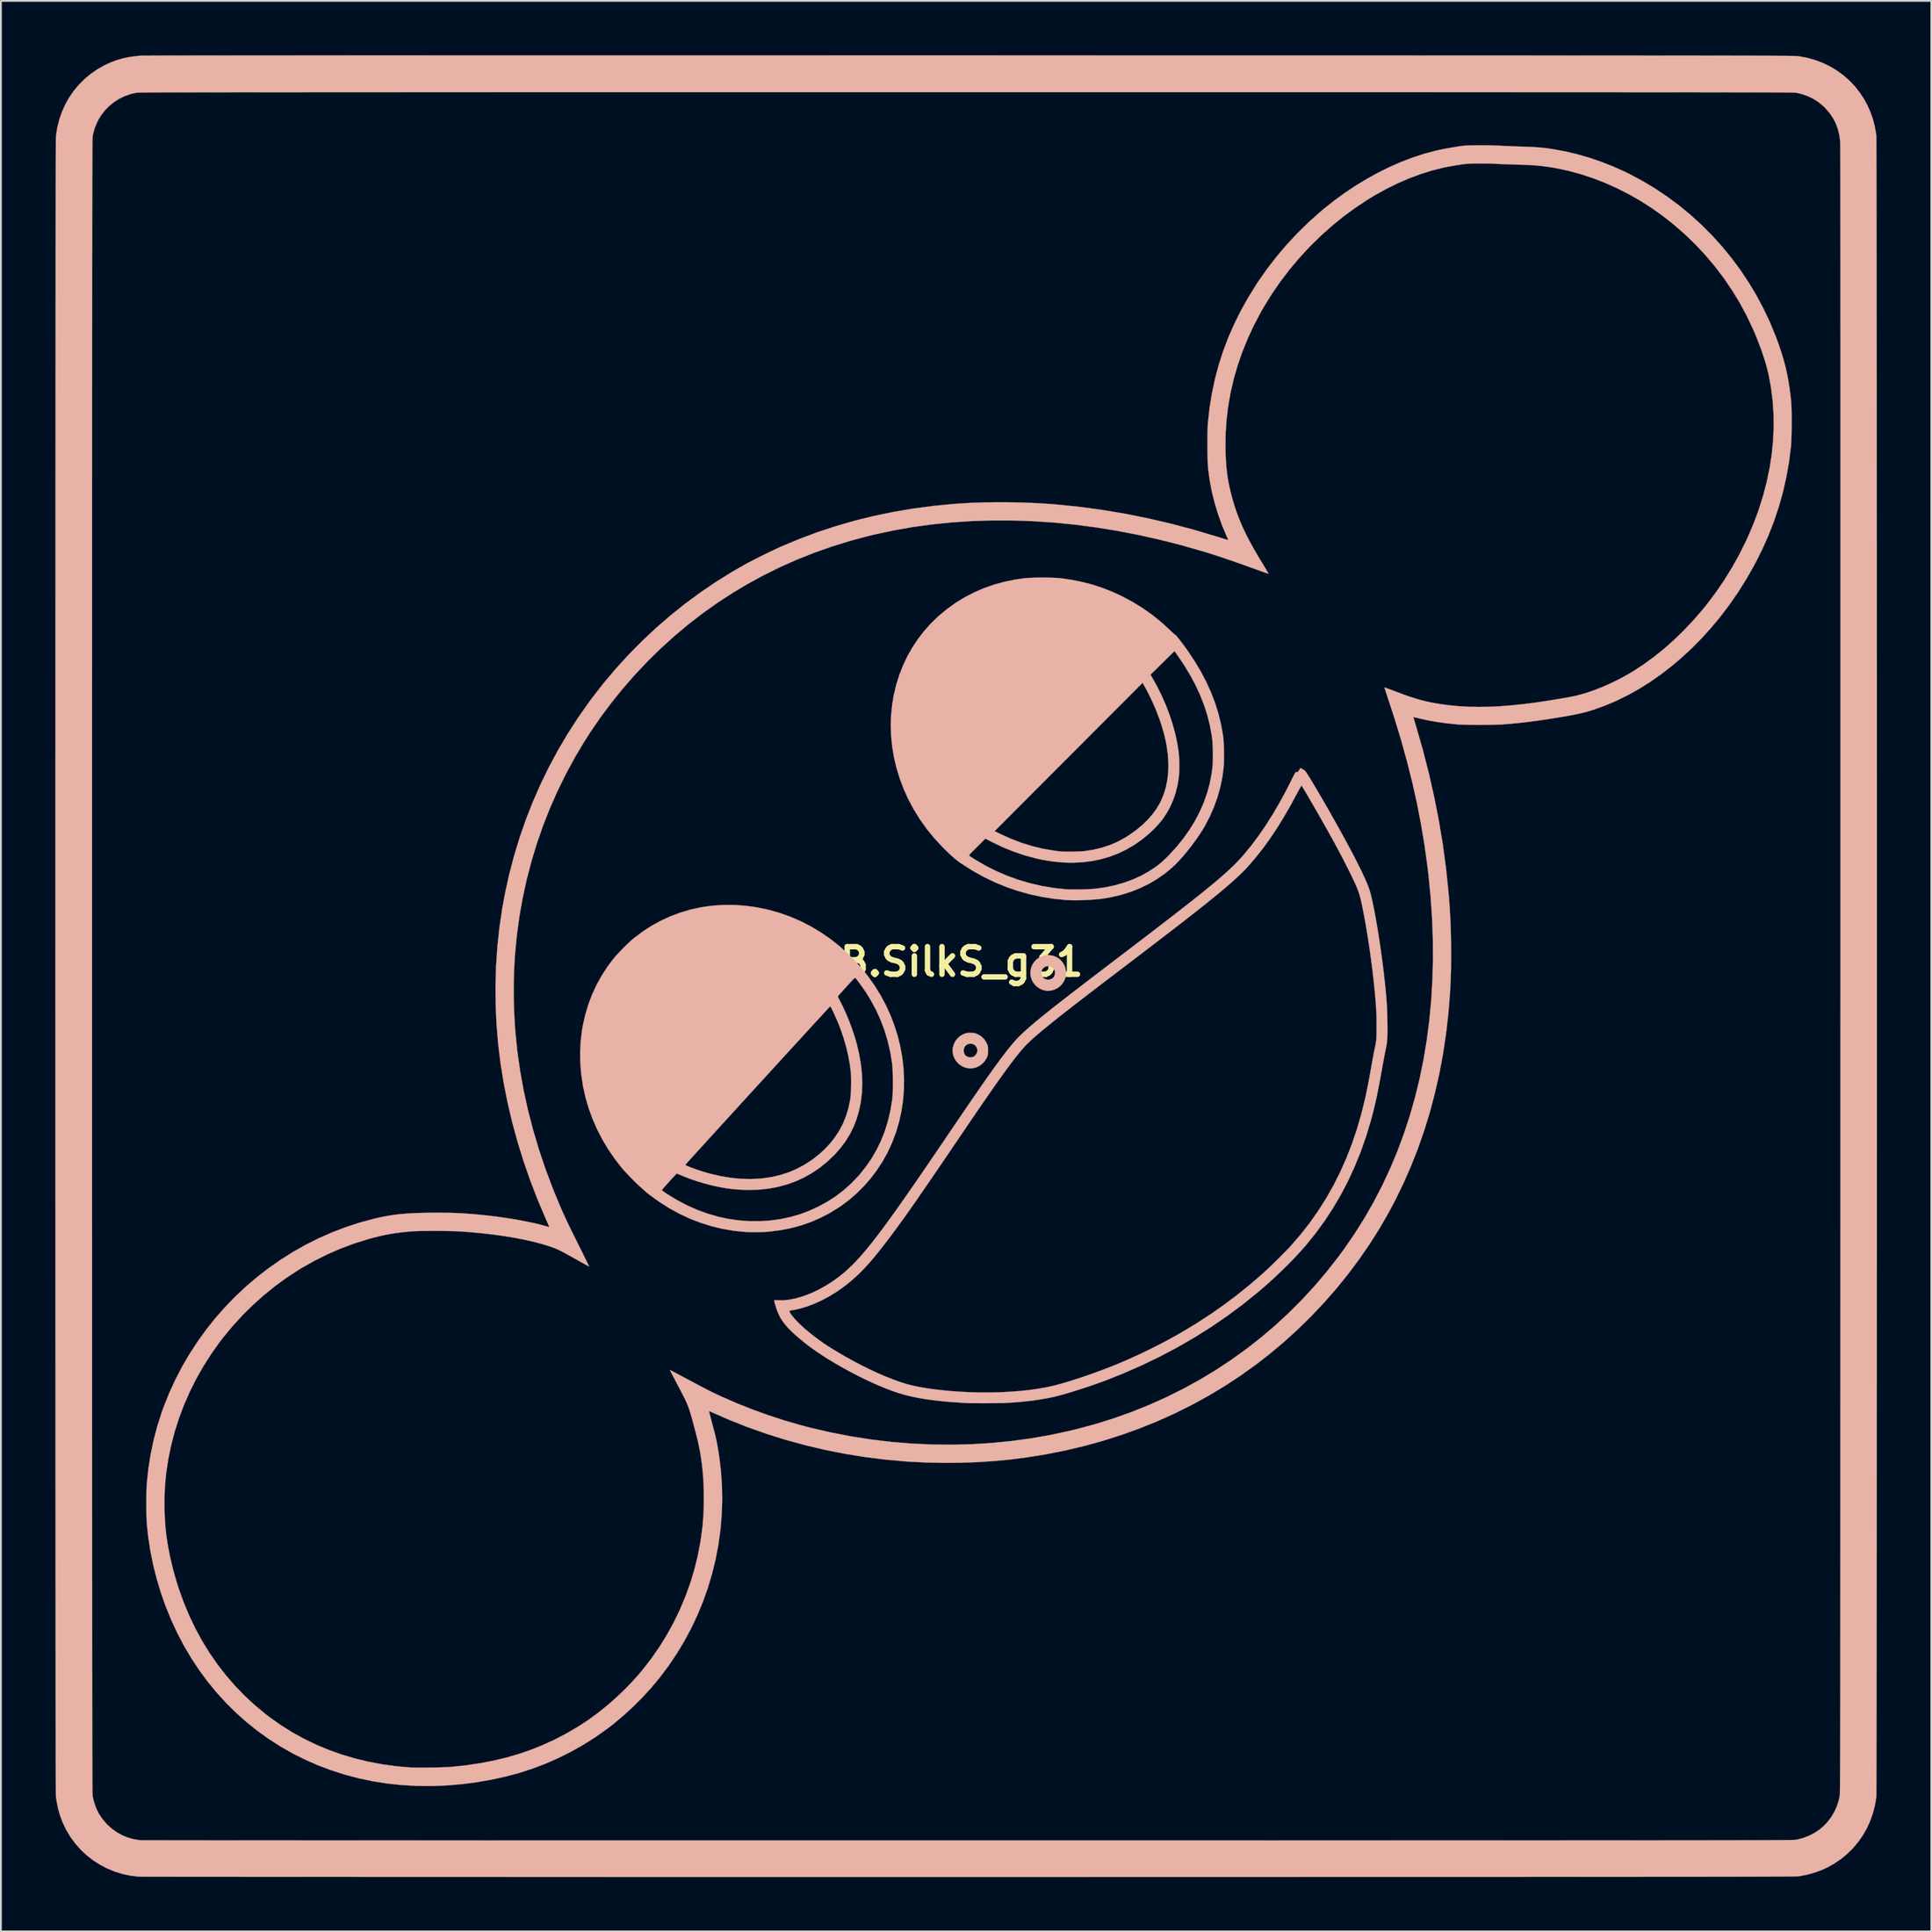
<source format=kicad_pcb>
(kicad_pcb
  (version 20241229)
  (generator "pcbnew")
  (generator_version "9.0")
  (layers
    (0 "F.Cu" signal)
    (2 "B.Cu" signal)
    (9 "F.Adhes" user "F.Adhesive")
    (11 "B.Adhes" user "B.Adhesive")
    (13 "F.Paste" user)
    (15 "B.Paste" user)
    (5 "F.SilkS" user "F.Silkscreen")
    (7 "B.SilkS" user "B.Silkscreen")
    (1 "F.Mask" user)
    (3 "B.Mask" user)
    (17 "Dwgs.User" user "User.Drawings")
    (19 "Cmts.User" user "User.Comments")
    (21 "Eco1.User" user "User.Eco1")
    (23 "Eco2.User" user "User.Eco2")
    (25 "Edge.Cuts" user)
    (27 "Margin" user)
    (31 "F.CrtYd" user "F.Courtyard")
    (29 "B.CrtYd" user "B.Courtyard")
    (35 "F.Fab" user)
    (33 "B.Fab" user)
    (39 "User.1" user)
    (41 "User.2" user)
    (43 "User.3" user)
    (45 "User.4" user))
  (footprint "B.SilkS_g31"
    (layer "F.Cu")
    (at 50.015 50.019)
    (property "Reference" "B.SilkS_g31" (at 0 0 0) (layer "F.SilkS") (effects (font (size 1.524 1.524) (thickness 0.3))))
    (attr through_hole)
    (fp_poly (pts (xy 4.982 -0.345) (xy 5.162 -0.29) (xy 5.322 -0.204) (xy 5.459 -0.093) (xy 5.573 0.04) (xy 5.661 0.191) (xy 5.722 0.354) (xy 5.753 0.525) (xy 5.754 0.701) (xy 5.722 0.877) (xy 5.656 1.048) (xy 5.554 1.21) (xy 5.464 1.313) (xy 5.313 1.435) (xy 5.139 1.527) (xy 4.953 1.582) (xy 4.931 1.586) (xy 4.832 1.6) (xy 4.754 1.605) (xy 4.679 1.6) (xy 4.588 1.585) (xy 4.583 1.584) (xy 4.425 1.536) (xy 4.267 1.456) (xy 4.126 1.353) (xy 4.082 1.313) (xy 3.955 1.159) (xy 3.865 0.993) (xy 3.81 0.82) (xy 3.789 0.645) (xy 3.79 0.63) (xy 4.392 0.63) (xy 4.411 0.731) (xy 4.455 0.824) (xy 4.523 0.902) (xy 4.613 0.959) (xy 4.723 0.988) (xy 4.798 0.989) (xy 4.924 0.961) (xy 4.991 0.926) (xy 5.075 0.847) (xy 5.128 0.749) (xy 5.151 0.639) (xy 5.142 0.527) (xy 5.103 0.423) (xy 5.033 0.334) (xy 4.992 0.302) (xy 4.876 0.25) (xy 4.754 0.236) (xy 4.632 0.263) (xy 4.605 0.274) (xy 4.505 0.342) (xy 4.437 0.429) (xy 4.4 0.527) (xy 4.392 0.63) (xy 3.79 0.63) (xy 3.8 0.47) (xy 3.841 0.301) (xy 3.911 0.142) (xy 4.007 -0.003) (xy 4.128 -0.13) (xy 4.272 -0.233) (xy 4.436 -0.31) (xy 4.621 -0.355) (xy 4.784 -0.366) (xy 4.982 -0.345)) (stroke (width 0.01) (type solid)) (fill yes) (layer "B.SilkS"))
    (fp_poly (pts (xy 0.531 3.92) (xy 0.542 3.921) (xy 0.647 3.928) (xy 0.727 3.942) (xy 0.801 3.964) (xy 0.886 4.001) (xy 0.899 4.007) (xy 1.074 4.112) (xy 1.218 4.245) (xy 1.334 4.41) (xy 1.371 4.481) (xy 1.405 4.553) (xy 1.427 4.609) (xy 1.44 4.661) (xy 1.447 4.723) (xy 1.45 4.804) (xy 1.45 4.901) (xy 1.449 5.01) (xy 1.447 5.088) (xy 1.439 5.146) (xy 1.425 5.197) (xy 1.402 5.253) (xy 1.371 5.317) (xy 1.264 5.488) (xy 1.131 5.632) (xy 0.975 5.746) (xy 0.803 5.827) (xy 0.62 5.873) (xy 0.429 5.882) (xy 0.238 5.852) (xy 0.053 5.782) (xy -0.111 5.679) (xy -0.251 5.549) (xy -0.363 5.397) (xy -0.445 5.227) (xy -0.492 5.045) (xy -0.501 4.879) (xy 0.107 4.879) (xy 0.118 4.993) (xy 0.158 5.099) (xy 0.226 5.185) (xy 0.251 5.205) (xy 0.36 5.258) (xy 0.481 5.277) (xy 0.6 5.26) (xy 0.656 5.238) (xy 0.742 5.173) (xy 0.811 5.081) (xy 0.856 4.974) (xy 0.868 4.886) (xy 0.851 4.793) (xy 0.806 4.697) (xy 0.742 4.615) (xy 0.701 4.581) (xy 0.587 4.53) (xy 0.468 4.516) (xy 0.352 4.539) (xy 0.248 4.597) (xy 0.179 4.667) (xy 0.127 4.767) (xy 0.107 4.879) (xy -0.501 4.879) (xy -0.502 4.855) (xy -0.492 4.761) (xy -0.441 4.564) (xy -0.354 4.385) (xy -0.235 4.228) (xy -0.088 4.097) (xy 0.085 3.997) (xy 0.221 3.947) (xy 0.311 3.927) (xy 0.409 3.918) (xy 0.531 3.92)) (stroke (width 0.01) (type solid)) (fill yes) (layer "B.SilkS"))
    (fp_poly (pts (xy 4.691 -21.199) (xy 4.919 -21.194) (xy 5.13 -21.186) (xy 5.317 -21.175) (xy 5.47 -21.161) (xy 5.482 -21.16) (xy 6.079 -21.072) (xy 6.648 -20.957) (xy 7.196 -20.815) (xy 7.731 -20.642) (xy 8.258 -20.437) (xy 8.786 -20.197) (xy 8.837 -20.172) (xy 9.422 -19.861) (xy 9.983 -19.515) (xy 10.52 -19.136) (xy 11.03 -18.722) (xy 11.475 -18.314) (xy 11.567 -18.226) (xy 11.648 -18.151) (xy 11.715 -18.091) (xy 11.762 -18.052) (xy 11.785 -18.039) (xy 11.785 -18.039) (xy 11.805 -18.024) (xy 11.847 -17.98) (xy 11.906 -17.911) (xy 11.979 -17.82) (xy 12.063 -17.712) (xy 12.155 -17.592) (xy 12.251 -17.464) (xy 12.347 -17.333) (xy 12.441 -17.202) (xy 12.489 -17.134) (xy 12.87 -16.56) (xy 13.209 -15.987) (xy 13.508 -15.415) (xy 13.767 -14.84) (xy 13.987 -14.263) (xy 14.168 -13.679) (xy 14.311 -13.089) (xy 14.417 -12.49) (xy 14.426 -12.425) (xy 14.44 -12.301) (xy 14.451 -12.144) (xy 14.461 -11.962) (xy 14.468 -11.764) (xy 14.473 -11.558) (xy 14.475 -11.354) (xy 14.474 -11.16) (xy 14.47 -10.986) (xy 14.464 -10.839) (xy 14.459 -10.78) (xy 14.387 -10.214) (xy 14.273 -9.653) (xy 14.118 -9.098) (xy 13.924 -8.552) (xy 13.691 -8.018) (xy 13.419 -7.499) (xy 13.409 -7.48) (xy 13.252 -7.22) (xy 13.074 -6.948) (xy 12.878 -6.668) (xy 12.671 -6.389) (xy 12.456 -6.116) (xy 12.24 -5.856) (xy 12.026 -5.615) (xy 11.82 -5.399) (xy 11.628 -5.215) (xy 11.622 -5.209) (xy 11.213 -4.87) (xy 10.78 -4.566) (xy 10.323 -4.297) (xy 9.842 -4.063) (xy 9.337 -3.863) (xy 8.808 -3.697) (xy 8.254 -3.566) (xy 7.913 -3.505) (xy 7.666 -3.471) (xy 7.389 -3.442) (xy 7.092 -3.42) (xy 6.785 -3.404) (xy 6.481 -3.395) (xy 6.189 -3.393) (xy 5.92 -3.399) (xy 5.763 -3.408) (xy 5.083 -3.476) (xy 4.407 -3.583) (xy 3.74 -3.729) (xy 3.085 -3.913) (xy 2.443 -4.134) (xy 1.818 -4.391) (xy 1.212 -4.683) (xy 0.629 -5.008) (xy 0.259 -5.241) (xy 0.159 -5.306) (xy 0.072 -5.363) (xy 0.004 -5.406) (xy -0.04 -5.433) (xy -0.053 -5.44) (xy -0.072 -5.452) (xy -0.118 -5.486) (xy -0.183 -5.535) (xy -0.261 -5.595) (xy -0.261 -5.595) (xy -0.395 -5.704) (xy -0.535 -5.826) (xy -0.586 -5.872) (xy 0.412 -5.872) (xy 0.414 -5.858) (xy 0.423 -5.847) (xy 0.43 -5.841) (xy 0.465 -5.817) (xy 0.528 -5.775) (xy 0.609 -5.722) (xy 0.701 -5.663) (xy 0.714 -5.655) (xy 1.289 -5.317) (xy 1.885 -5.015) (xy 2.5 -4.749) (xy 3.132 -4.521) (xy 3.778 -4.332) (xy 4.436 -4.181) (xy 5.104 -4.07) (xy 5.747 -4.002) (xy 5.884 -3.994) (xy 6.054 -3.99) (xy 6.248 -3.989) (xy 6.457 -3.99) (xy 6.67 -3.994) (xy 6.879 -4) (xy 7.074 -4.009) (xy 7.246 -4.02) (xy 7.384 -4.032) (xy 7.931 -4.11) (xy 8.459 -4.222) (xy 8.964 -4.366) (xy 9.446 -4.543) (xy 9.903 -4.751) (xy 10.333 -4.991) (xy 10.736 -5.261) (xy 10.933 -5.412) (xy 11.019 -5.486) (xy 11.125 -5.581) (xy 11.24 -5.689) (xy 11.354 -5.799) (xy 11.431 -5.877) (xy 11.846 -6.329) (xy 12.225 -6.796) (xy 12.566 -7.277) (xy 12.869 -7.77) (xy 13.133 -8.275) (xy 13.358 -8.789) (xy 13.543 -9.312) (xy 13.688 -9.842) (xy 13.791 -10.379) (xy 13.834 -10.71) (xy 13.849 -10.894) (xy 13.858 -11.108) (xy 13.861 -11.341) (xy 13.86 -11.583) (xy 13.853 -11.824) (xy 13.841 -12.054) (xy 13.825 -12.262) (xy 13.805 -12.44) (xy 13.803 -12.45) (xy 13.698 -13.029) (xy 13.554 -13.601) (xy 13.372 -14.168) (xy 13.15 -14.732) (xy 12.889 -15.292) (xy 12.587 -15.852) (xy 12.244 -16.413) (xy 11.953 -16.844) (xy 11.741 -17.146) (xy 11.167 -16.581) (xy 11.035 -16.45) (xy 10.908 -16.325) (xy 10.792 -16.211) (xy 10.689 -16.11) (xy 10.605 -16.027) (xy 10.542 -15.966) (xy 10.506 -15.93) (xy 10.505 -15.929) (xy 10.416 -15.843) (xy 10.521 -15.663) (xy 10.795 -15.17) (xy 11.047 -14.66) (xy 11.273 -14.14) (xy 11.473 -13.614) (xy 11.644 -13.088) (xy 11.785 -12.567) (xy 11.895 -12.056) (xy 11.97 -11.561) (xy 11.981 -11.462) (xy 11.992 -11.322) (xy 12 -11.153) (xy 12.004 -10.966) (xy 12.005 -10.772) (xy 12.003 -10.583) (xy 11.997 -10.408) (xy 11.987 -10.26) (xy 11.982 -10.202) (xy 11.913 -9.764) (xy 11.808 -9.337) (xy 11.668 -8.926) (xy 11.494 -8.533) (xy 11.288 -8.163) (xy 11.052 -7.821) (xy 10.834 -7.56) (xy 10.581 -7.296) (xy 10.301 -7.038) (xy 10 -6.79) (xy 9.685 -6.559) (xy 9.506 -6.44) (xy 9.072 -6.187) (xy 8.62 -5.972) (xy 8.151 -5.794) (xy 7.665 -5.655) (xy 7.164 -5.553) (xy 6.648 -5.49) (xy 6.119 -5.466) (xy 5.578 -5.48) (xy 5.026 -5.533) (xy 4.464 -5.624) (xy 4.088 -5.706) (xy 3.454 -5.879) (xy 2.826 -6.094) (xy 2.206 -6.35) (xy 1.652 -6.617) (xy 1.304 -6.796) (xy 0.844 -6.337) (xy 0.715 -6.208) (xy 0.613 -6.105) (xy 0.535 -6.025) (xy 0.479 -5.966) (xy 0.442 -5.923) (xy 0.42 -5.892) (xy 0.412 -5.872) (xy -0.586 -5.872) (xy -0.688 -5.966) (xy -0.858 -6.13) (xy -1.048 -6.32) (xy -1.087 -6.359) (xy -1.526 -6.834) (xy -1.83 -7.208) (xy 1.815 -7.208) (xy 2.145 -7.046) (xy 2.73 -6.781) (xy 3.321 -6.557) (xy 3.918 -6.373) (xy 4.525 -6.23) (xy 5.146 -6.125) (xy 5.44 -6.089) (xy 5.525 -6.084) (xy 5.645 -6.08) (xy 5.79 -6.078) (xy 5.951 -6.077) (xy 6.121 -6.079) (xy 6.29 -6.082) (xy 6.45 -6.087) (xy 6.593 -6.093) (xy 6.71 -6.1) (xy 6.773 -6.106) (xy 7.264 -6.182) (xy 7.732 -6.294) (xy 8.18 -6.443) (xy 8.609 -6.628) (xy 9.021 -6.851) (xy 9.242 -6.991) (xy 9.616 -7.258) (xy 9.956 -7.539) (xy 10.26 -7.834) (xy 10.528 -8.14) (xy 10.757 -8.455) (xy 10.946 -8.778) (xy 10.986 -8.858) (xy 11.145 -9.237) (xy 11.267 -9.634) (xy 11.351 -10.052) (xy 11.397 -10.488) (xy 11.406 -10.943) (xy 11.377 -11.417) (xy 11.31 -11.909) (xy 11.27 -12.129) (xy 11.172 -12.552) (xy 11.045 -12.996) (xy 10.89 -13.452) (xy 10.711 -13.914) (xy 10.511 -14.375) (xy 10.291 -14.827) (xy 10.111 -15.165) (xy 9.982 -15.396) (xy 5.899 -11.302) (xy 1.815 -7.208) (xy -1.83 -7.208) (xy -1.931 -7.332) (xy -2.301 -7.851) (xy -2.636 -8.39) (xy -2.935 -8.948) (xy -3.196 -9.521) (xy -3.418 -10.109) (xy -3.601 -10.709) (xy -3.735 -11.276) (xy -3.834 -11.865) (xy -3.894 -12.452) (xy -3.914 -13.035) (xy -3.895 -13.613) (xy -3.837 -14.183) (xy -3.742 -14.744) (xy -3.61 -15.294) (xy -3.441 -15.831) (xy -3.236 -16.353) (xy -2.996 -16.858) (xy -2.721 -17.345) (xy -2.411 -17.811) (xy -2.068 -18.256) (xy -1.691 -18.676) (xy -1.283 -19.07) (xy -1.259 -19.091) (xy -0.801 -19.47) (xy -0.322 -19.813) (xy 0.178 -20.119) (xy 0.699 -20.388) (xy 1.24 -20.621) (xy 1.801 -20.816) (xy 2.383 -20.974) (xy 2.985 -21.095) (xy 3.44 -21.16) (xy 3.593 -21.174) (xy 3.779 -21.185) (xy 3.991 -21.193) (xy 4.219 -21.198) (xy 4.455 -21.2) (xy 4.691 -21.199)) (stroke (width 0.01) (type solid)) (fill yes) (layer "B.SilkS"))
    (fp_poly (pts (xy -12.462 -3.131) (xy -11.838 -3.081) (xy -11.221 -2.989) (xy -10.615 -2.858) (xy -10.019 -2.687) (xy -9.437 -2.478) (xy -8.868 -2.231) (xy -8.316 -1.947) (xy -7.781 -1.627) (xy -7.265 -1.273) (xy -6.769 -0.884) (xy -6.296 -0.462) (xy -5.847 -0.007) (xy -5.422 0.479) (xy -5.164 0.808) (xy -4.801 1.322) (xy -4.474 1.852) (xy -4.183 2.398) (xy -3.929 2.955) (xy -3.711 3.524) (xy -3.53 4.102) (xy -3.387 4.686) (xy -3.28 5.275) (xy -3.212 5.867) (xy -3.182 6.459) (xy -3.19 7.051) (xy -3.237 7.639) (xy -3.323 8.222) (xy -3.448 8.798) (xy -3.612 9.365) (xy -3.817 9.92) (xy -3.855 10.012) (xy -4.095 10.527) (xy -4.371 11.024) (xy -4.682 11.5) (xy -5.025 11.954) (xy -5.399 12.382) (xy -5.8 12.781) (xy -6.228 13.15) (xy -6.679 13.485) (xy -6.784 13.556) (xy -7.28 13.86) (xy -7.788 14.126) (xy -8.311 14.353) (xy -8.849 14.541) (xy -9.405 14.692) (xy -9.979 14.807) (xy -10.575 14.884) (xy -10.761 14.901) (xy -10.872 14.907) (xy -11.014 14.913) (xy -11.177 14.916) (xy -11.349 14.918) (xy -11.521 14.919) (xy -11.683 14.917) (xy -11.824 14.914) (xy -11.933 14.909) (xy -11.938 14.908) (xy -12.573 14.843) (xy -13.196 14.737) (xy -13.808 14.59) (xy -14.408 14.402) (xy -14.996 14.175) (xy -15.572 13.906) (xy -16.135 13.598) (xy -16.685 13.249) (xy -17.219 12.863) (xy -17.297 12.802) (xy -17.364 12.749) (xy -17.411 12.71) (xy -17.431 12.692) (xy -17.454 12.67) (xy -17.502 12.626) (xy -17.531 12.6) (xy -16.552 12.6) (xy -16.535 12.616) (xy -16.489 12.652) (xy -16.418 12.702) (xy -16.329 12.762) (xy -16.251 12.815) (xy -15.716 13.143) (xy -15.169 13.431) (xy -14.614 13.68) (xy -14.049 13.888) (xy -13.477 14.056) (xy -12.899 14.183) (xy -12.316 14.268) (xy -11.728 14.312) (xy -11.138 14.315) (xy -10.545 14.275) (xy -10.544 14.275) (xy -9.983 14.197) (xy -9.438 14.081) (xy -8.906 13.925) (xy -8.386 13.729) (xy -7.874 13.492) (xy -7.383 13.22) (xy -6.92 12.918) (xy -6.486 12.583) (xy -6.079 12.217) (xy -5.7 11.819) (xy -5.629 11.737) (xy -5.278 11.297) (xy -4.964 10.838) (xy -4.687 10.36) (xy -4.447 9.862) (xy -4.242 9.343) (xy -4.074 8.802) (xy -3.94 8.238) (xy -3.842 7.651) (xy -3.827 7.535) (xy -3.816 7.418) (xy -3.808 7.266) (xy -3.802 7.087) (xy -3.799 6.889) (xy -3.798 6.679) (xy -3.799 6.466) (xy -3.803 6.256) (xy -3.809 6.058) (xy -3.817 5.879) (xy -3.827 5.727) (xy -3.838 5.62) (xy -3.94 4.989) (xy -4.082 4.375) (xy -4.262 3.778) (xy -4.48 3.198) (xy -4.738 2.635) (xy -5.035 2.088) (xy -5.265 1.716) (xy -5.332 1.614) (xy -5.41 1.501) (xy -5.494 1.382) (xy -5.579 1.264) (xy -5.661 1.153) (xy -5.735 1.054) (xy -5.796 0.975) (xy -5.841 0.921) (xy -5.858 0.904) (xy -5.87 0.895) (xy -5.884 0.893) (xy -5.902 0.899) (xy -5.928 0.917) (xy -5.965 0.951) (xy -6.017 1.002) (xy -6.085 1.075) (xy -6.174 1.171) (xy -6.286 1.294) (xy -6.362 1.378) (xy -6.475 1.502) (xy -6.577 1.616) (xy -6.668 1.717) (xy -6.741 1.8) (xy -6.796 1.862) (xy -6.827 1.899) (xy -6.833 1.907) (xy -6.827 1.932) (xy -6.803 1.986) (xy -6.767 2.061) (xy -6.724 2.143) (xy -6.554 2.48) (xy -6.386 2.848) (xy -6.224 3.236) (xy -6.074 3.634) (xy -5.939 4.03) (xy -5.823 4.414) (xy -5.791 4.53) (xy -5.657 5.106) (xy -5.561 5.667) (xy -5.504 6.213) (xy -5.487 6.743) (xy -5.509 7.258) (xy -5.571 7.757) (xy -5.671 8.24) (xy -5.673 8.246) (xy -5.804 8.689) (xy -5.968 9.109) (xy -6.166 9.507) (xy -6.4 9.888) (xy -6.672 10.254) (xy -6.983 10.609) (xy -7.048 10.676) (xy -7.428 11.037) (xy -7.828 11.36) (xy -8.249 11.647) (xy -8.688 11.896) (xy -9.146 12.107) (xy -9.622 12.281) (xy -10.116 12.416) (xy -10.627 12.513) (xy -11.154 12.571) (xy -11.696 12.591) (xy -11.938 12.587) (xy -12.319 12.569) (xy -12.684 12.536) (xy -13.044 12.488) (xy -13.409 12.422) (xy -13.789 12.337) (xy -14.154 12.243) (xy -14.55 12.126) (xy -14.941 11.994) (xy -15.311 11.852) (xy -15.417 11.808) (xy -15.52 11.764) (xy -15.61 11.728) (xy -15.679 11.702) (xy -15.719 11.689) (xy -15.727 11.688) (xy -15.746 11.705) (xy -15.788 11.749) (xy -15.85 11.815) (xy -15.926 11.897) (xy -16.013 11.991) (xy -16.105 12.093) (xy -16.199 12.197) (xy -16.291 12.299) (xy -16.375 12.393) (xy -16.447 12.475) (xy -16.504 12.54) (xy -16.54 12.583) (xy -16.552 12.6) (xy -17.531 12.6) (xy -17.57 12.565) (xy -17.651 12.494) (xy -17.685 12.464) (xy -17.807 12.354) (xy -17.947 12.221) (xy -18.098 12.073) (xy -18.253 11.916) (xy -18.404 11.76) (xy -18.544 11.611) (xy -18.665 11.477) (xy -18.742 11.388) (xy -18.886 11.204) (xy -15.251 11.204) (xy -15.231 11.223) (xy -15.176 11.253) (xy -15.09 11.291) (xy -14.978 11.336) (xy -14.846 11.386) (xy -14.698 11.439) (xy -14.538 11.493) (xy -14.373 11.548) (xy -14.206 11.6) (xy -14.044 11.648) (xy -13.89 11.691) (xy -13.843 11.703) (xy -13.276 11.832) (xy -12.725 11.922) (xy -12.186 11.975) (xy -11.658 11.989) (xy -11.139 11.964) (xy -10.956 11.947) (xy -10.46 11.872) (xy -9.983 11.759) (xy -9.523 11.607) (xy -9.081 11.417) (xy -8.656 11.188) (xy -8.249 10.921) (xy -7.86 10.616) (xy -7.591 10.372) (xy -7.275 10.04) (xy -6.996 9.688) (xy -6.753 9.314) (xy -6.547 8.92) (xy -6.379 8.506) (xy -6.248 8.074) (xy -6.155 7.622) (xy -6.148 7.578) (xy -6.132 7.442) (xy -6.119 7.274) (xy -6.109 7.083) (xy -6.102 6.88) (xy -6.099 6.675) (xy -6.1 6.476) (xy -6.104 6.295) (xy -6.113 6.141) (xy -6.115 6.121) (xy -6.171 5.666) (xy -6.257 5.192) (xy -6.372 4.705) (xy -6.514 4.214) (xy -6.68 3.726) (xy -6.796 3.425) (xy -6.852 3.29) (xy -6.913 3.15) (xy -6.975 3.009) (xy -7.037 2.874) (xy -7.096 2.749) (xy -7.15 2.64) (xy -7.195 2.552) (xy -7.23 2.491) (xy -7.252 2.461) (xy -7.257 2.459) (xy -7.274 2.475) (xy -7.317 2.521) (xy -7.386 2.595) (xy -7.48 2.696) (xy -7.596 2.822) (xy -7.734 2.972) (xy -7.892 3.143) (xy -8.069 3.335) (xy -8.263 3.547) (xy -8.473 3.775) (xy -8.697 4.02) (xy -8.935 4.279) (xy -9.184 4.551) (xy -9.444 4.835) (xy -9.712 5.128) (xy -9.988 5.43) (xy -10.27 5.738) (xy -10.557 6.052) (xy -10.847 6.369) (xy -11.14 6.689) (xy -11.432 7.009) (xy -11.724 7.328) (xy -12.014 7.645) (xy -12.3 7.959) (xy -12.581 8.266) (xy -12.855 8.567) (xy -13.122 8.859) (xy -13.38 9.142) (xy -13.626 9.412) (xy -13.861 9.67) (xy -14.083 9.913) (xy -14.289 10.14) (xy -14.479 10.349) (xy -14.652 10.539) (xy -14.806 10.708) (xy -14.939 10.855) (xy -15.05 10.979) (xy -15.139 11.077) (xy -15.202 11.148) (xy -15.24 11.191) (xy -15.251 11.204) (xy -18.886 11.204) (xy -19.138 10.882) (xy -19.5 10.355) (xy -19.826 9.809) (xy -20.117 9.245) (xy -20.37 8.668) (xy -20.584 8.078) (xy -20.759 7.479) (xy -20.893 6.872) (xy -20.901 6.826) (xy -20.993 6.208) (xy -21.044 5.599) (xy -21.055 4.996) (xy -21.024 4.397) (xy -20.953 3.801) (xy -20.9 3.493) (xy -20.769 2.915) (xy -20.599 2.35) (xy -20.391 1.801) (xy -20.145 1.27) (xy -19.861 0.757) (xy -19.542 0.266) (xy -19.243 -0.133) (xy -19.119 -0.281) (xy -18.971 -0.447) (xy -18.807 -0.622) (xy -18.633 -0.799) (xy -18.459 -0.969) (xy -18.292 -1.125) (xy -18.14 -1.26) (xy -18.08 -1.309) (xy -17.608 -1.664) (xy -17.117 -1.983) (xy -16.607 -2.263) (xy -16.08 -2.506) (xy -15.537 -2.71) (xy -14.981 -2.876) (xy -14.412 -3.002) (xy -13.832 -3.088) (xy -13.243 -3.133) (xy -12.646 -3.138) (xy -12.462 -3.131)) (stroke (width 0.01) (type solid)) (fill yes) (layer "B.SilkS"))
    (fp_poly (pts (xy 18.819 -10.622) (xy 18.881 -10.585) (xy 18.93 -10.546) (xy 18.976 -10.496) (xy 19.027 -10.425) (xy 19.069 -10.361) (xy 19.151 -10.232) (xy 19.251 -10.07) (xy 19.366 -9.879) (xy 19.495 -9.663) (xy 19.635 -9.426) (xy 19.784 -9.171) (xy 19.939 -8.904) (xy 20.099 -8.628) (xy 20.26 -8.347) (xy 20.42 -8.065) (xy 20.558 -7.821) (xy 20.84 -7.315) (xy 21.102 -6.839) (xy 21.344 -6.392) (xy 21.565 -5.976) (xy 21.765 -5.59) (xy 21.943 -5.236) (xy 22.1 -4.914) (xy 22.234 -4.626) (xy 22.346 -4.37) (xy 22.436 -4.149) (xy 22.502 -3.962) (xy 22.51 -3.937) (xy 22.559 -3.768) (xy 22.61 -3.561) (xy 22.665 -3.319) (xy 22.722 -3.046) (xy 22.781 -2.745) (xy 22.841 -2.42) (xy 22.901 -2.074) (xy 22.962 -1.712) (xy 23.021 -1.337) (xy 23.08 -0.952) (xy 23.136 -0.561) (xy 23.19 -0.168) (xy 23.241 0.224) (xy 23.288 0.611) (xy 23.331 0.99) (xy 23.357 1.228) (xy 23.386 1.522) (xy 23.411 1.782) (xy 23.431 2.016) (xy 23.448 2.232) (xy 23.461 2.439) (xy 23.471 2.644) (xy 23.479 2.856) (xy 23.484 3.081) (xy 23.489 3.327) (xy 23.492 3.579) (xy 23.493 3.796) (xy 23.491 3.981) (xy 23.486 4.142) (xy 23.478 4.285) (xy 23.467 4.415) (xy 23.451 4.538) (xy 23.43 4.66) (xy 23.405 4.787) (xy 23.39 4.858) (xy 23.372 4.944) (xy 23.347 5.065) (xy 23.319 5.213) (xy 23.287 5.383) (xy 23.253 5.566) (xy 23.219 5.757) (xy 23.19 5.916) (xy 23.115 6.333) (xy 23.045 6.713) (xy 22.977 7.062) (xy 22.911 7.385) (xy 22.845 7.688) (xy 22.779 7.976) (xy 22.71 8.255) (xy 22.639 8.53) (xy 22.567 8.795) (xy 22.306 9.656) (xy 22.012 10.491) (xy 21.683 11.301) (xy 21.321 12.086) (xy 20.925 12.846) (xy 20.495 13.58) (xy 20.031 14.289) (xy 19.533 14.973) (xy 19.001 15.632) (xy 18.956 15.684) (xy 18.65 16.03) (xy 18.313 16.391) (xy 17.951 16.76) (xy 17.569 17.133) (xy 17.174 17.503) (xy 16.77 17.866) (xy 16.365 18.215) (xy 16.329 18.245) (xy 15.497 18.915) (xy 14.635 19.554) (xy 13.745 20.162) (xy 12.828 20.738) (xy 11.883 21.283) (xy 10.913 21.795) (xy 9.916 22.275) (xy 8.894 22.722) (xy 7.992 23.081) (xy 7.709 23.187) (xy 7.41 23.294) (xy 7.099 23.402) (xy 6.783 23.508) (xy 6.469 23.61) (xy 6.162 23.706) (xy 5.868 23.795) (xy 5.595 23.875) (xy 5.347 23.942) (xy 5.132 23.997) (xy 5.101 24.004) (xy 4.696 24.088) (xy 4.254 24.163) (xy 3.781 24.228) (xy 3.282 24.281) (xy 2.762 24.323) (xy 2.466 24.341) (xy 2.365 24.345) (xy 2.229 24.349) (xy 2.065 24.352) (xy 1.88 24.354) (xy 1.68 24.356) (xy 1.47 24.358) (xy 1.259 24.359) (xy 1.051 24.359) (xy 0.854 24.358) (xy 0.673 24.357) (xy 0.516 24.355) (xy 0.388 24.352) (xy 0.296 24.349) (xy -0.247 24.316) (xy -0.752 24.277) (xy -1.22 24.232) (xy -1.656 24.181) (xy -2.061 24.123) (xy -2.44 24.057) (xy -2.795 23.983) (xy -3.128 23.901) (xy -3.444 23.809) (xy -3.538 23.779) (xy -3.925 23.645) (xy -4.335 23.484) (xy -4.763 23.302) (xy -5.204 23.1) (xy -5.651 22.882) (xy -6.099 22.651) (xy -6.543 22.41) (xy -6.976 22.161) (xy -7.394 21.909) (xy -7.79 21.655) (xy -8.159 21.403) (xy -8.495 21.157) (xy -8.648 21.037) (xy -8.925 20.81) (xy -9.169 20.6) (xy -9.381 20.404) (xy -9.565 20.219) (xy -9.724 20.04) (xy -9.859 19.864) (xy -9.975 19.688) (xy -10.073 19.508) (xy -10.157 19.32) (xy -10.17 19.283) (xy -9.513 19.283) (xy -9.495 19.322) (xy -9.418 19.448) (xy -9.309 19.592) (xy -9.173 19.75) (xy -9.012 19.918) (xy -8.831 20.092) (xy -8.634 20.268) (xy -8.58 20.313) (xy -8.33 20.519) (xy -8.095 20.705) (xy -7.866 20.876) (xy -7.634 21.039) (xy -7.39 21.202) (xy -7.123 21.37) (xy -6.9 21.505) (xy -6.439 21.775) (xy -5.978 22.031) (xy -5.52 22.271) (xy -5.07 22.494) (xy -4.63 22.699) (xy -4.204 22.883) (xy -3.795 23.045) (xy -3.408 23.184) (xy -3.045 23.298) (xy -2.71 23.385) (xy -2.699 23.388) (xy -2.32 23.466) (xy -1.906 23.536) (xy -1.461 23.597) (xy -0.993 23.65) (xy -0.506 23.694) (xy -0.008 23.727) (xy 0.498 23.751) (xy 1.003 23.764) (xy 1.503 23.766) (xy 1.992 23.757) (xy 2.201 23.749) (xy 2.746 23.719) (xy 3.255 23.679) (xy 3.733 23.628) (xy 4.184 23.565) (xy 4.614 23.489) (xy 4.9 23.43) (xy 5.161 23.367) (xy 5.455 23.289) (xy 5.777 23.196) (xy 6.121 23.09) (xy 6.482 22.974) (xy 6.854 22.849) (xy 7.232 22.716) (xy 7.611 22.578) (xy 7.986 22.437) (xy 8.351 22.294) (xy 8.64 22.176) (xy 9.198 21.937) (xy 9.769 21.677) (xy 10.343 21.402) (xy 10.908 21.118) (xy 11.455 20.829) (xy 11.974 20.54) (xy 12.107 20.463) (xy 12.92 19.974) (xy 13.698 19.469) (xy 14.449 18.945) (xy 15.18 18.397) (xy 15.897 17.819) (xy 16.607 17.206) (xy 16.626 17.189) (xy 16.749 17.077) (xy 16.893 16.942) (xy 17.054 16.789) (xy 17.225 16.624) (xy 17.4 16.452) (xy 17.573 16.28) (xy 17.739 16.113) (xy 17.892 15.957) (xy 18.026 15.818) (xy 18.134 15.702) (xy 18.141 15.695) (xy 18.682 15.071) (xy 19.189 14.425) (xy 19.661 13.758) (xy 20.1 13.067) (xy 20.506 12.354) (xy 20.878 11.615) (xy 21.219 10.852) (xy 21.527 10.062) (xy 21.804 9.246) (xy 22.049 8.401) (xy 22.264 7.528) (xy 22.286 7.429) (xy 22.327 7.239) (xy 22.367 7.044) (xy 22.408 6.839) (xy 22.451 6.617) (xy 22.496 6.373) (xy 22.546 6.099) (xy 22.601 5.791) (xy 22.607 5.757) (xy 22.639 5.575) (xy 22.671 5.396) (xy 22.703 5.227) (xy 22.731 5.075) (xy 22.756 4.946) (xy 22.776 4.848) (xy 22.785 4.805) (xy 22.813 4.678) (xy 22.835 4.567) (xy 22.853 4.465) (xy 22.867 4.366) (xy 22.877 4.263) (xy 22.883 4.149) (xy 22.888 4.017) (xy 22.89 3.861) (xy 22.89 3.673) (xy 22.89 3.535) (xy 22.89 3.311) (xy 22.887 3.111) (xy 22.883 2.925) (xy 22.876 2.745) (xy 22.867 2.563) (xy 22.854 2.372) (xy 22.838 2.162) (xy 22.818 1.926) (xy 22.795 1.672) (xy 22.733 1.063) (xy 22.66 0.431) (xy 22.576 -0.212) (xy 22.485 -0.858) (xy 22.386 -1.494) (xy 22.282 -2.112) (xy 22.173 -2.701) (xy 22.139 -2.875) (xy 22.094 -3.096) (xy 22.053 -3.289) (xy 22.013 -3.462) (xy 21.971 -3.62) (xy 21.927 -3.769) (xy 21.877 -3.916) (xy 21.819 -4.066) (xy 21.751 -4.226) (xy 21.672 -4.402) (xy 21.578 -4.599) (xy 21.468 -4.825) (xy 21.399 -4.964) (xy 21.242 -5.278) (xy 21.082 -5.593) (xy 20.916 -5.912) (xy 20.741 -6.24) (xy 20.556 -6.582) (xy 20.359 -6.942) (xy 20.145 -7.325) (xy 19.914 -7.734) (xy 19.678 -8.149) (xy 19.578 -8.323) (xy 19.475 -8.502) (xy 19.371 -8.683) (xy 19.267 -8.86) (xy 19.167 -9.032) (xy 19.073 -9.193) (xy 18.986 -9.34) (xy 18.91 -9.469) (xy 18.846 -9.575) (xy 18.797 -9.656) (xy 18.765 -9.706) (xy 18.754 -9.722) (xy 18.74 -9.709) (xy 18.71 -9.663) (xy 18.666 -9.588) (xy 18.61 -9.49) (xy 18.546 -9.372) (xy 18.475 -9.24) (xy 18.472 -9.234) (xy 18.112 -8.571) (xy 17.752 -7.948) (xy 17.389 -7.363) (xy 17.023 -6.814) (xy 16.652 -6.3) (xy 16.275 -5.818) (xy 15.89 -5.365) (xy 15.766 -5.228) (xy 15.663 -5.117) (xy 15.552 -5.003) (xy 15.433 -4.884) (xy 15.304 -4.76) (xy 15.164 -4.629) (xy 15.012 -4.49) (xy 14.847 -4.344) (xy 14.668 -4.188) (xy 14.473 -4.022) (xy 14.261 -3.844) (xy 14.031 -3.655) (xy 13.782 -3.453) (xy 13.513 -3.236) (xy 13.223 -3.005) (xy 12.91 -2.758) (xy 12.574 -2.494) (xy 12.213 -2.212) (xy 11.825 -1.912) (xy 11.411 -1.593) (xy 10.968 -1.252) (xy 10.496 -0.891) (xy 9.994 -0.507) (xy 9.46 -0.099) (xy 8.898 0.328) (xy 8.381 0.722) (xy 7.896 1.091) (xy 7.444 1.437) (xy 7.022 1.761) (xy 6.629 2.063) (xy 6.265 2.344) (xy 5.929 2.606) (xy 5.618 2.849) (xy 5.332 3.074) (xy 5.071 3.282) (xy 4.832 3.474) (xy 4.614 3.651) (xy 4.417 3.814) (xy 4.24 3.963) (xy 4.081 4.1) (xy 3.938 4.225) (xy 3.812 4.339) (xy 3.701 4.444) (xy 3.603 4.54) (xy 3.518 4.628) (xy 3.46 4.691) (xy 3.321 4.849) (xy 3.175 5.023) (xy 3.021 5.215) (xy 2.855 5.427) (xy 2.678 5.66) (xy 2.487 5.918) (xy 2.28 6.202) (xy 2.056 6.515) (xy 1.813 6.859) (xy 1.55 7.236) (xy 1.482 7.334) (xy 1.397 7.457) (xy 1.321 7.567) (xy 1.25 7.669) (xy 1.184 7.764) (xy 1.121 7.856) (xy 1.059 7.947) (xy 0.995 8.039) (xy 0.928 8.136) (xy 0.857 8.241) (xy 0.779 8.355) (xy 0.692 8.482) (xy 0.595 8.625) (xy 0.486 8.786) (xy 0.363 8.967) (xy 0.224 9.172) (xy 0.067 9.404) (xy -0.11 9.664) (xy -0.308 9.957) (xy -0.354 10.023) (xy -0.683 10.509) (xy -0.99 10.961) (xy -1.277 11.381) (xy -1.544 11.772) (xy -1.793 12.136) (xy -2.025 12.474) (xy -2.242 12.789) (xy -2.444 13.081) (xy -2.634 13.354) (xy -2.813 13.61) (xy -2.982 13.849) (xy -3.142 14.074) (xy -3.295 14.287) (xy -3.442 14.49) (xy -3.584 14.685) (xy -3.723 14.874) (xy -3.86 15.058) (xy -3.997 15.24) (xy -4.06 15.325) (xy -4.342 15.691) (xy -4.605 16.025) (xy -4.853 16.328) (xy -5.09 16.604) (xy -5.318 16.856) (xy -5.541 17.088) (xy -5.761 17.303) (xy -5.982 17.504) (xy -6.206 17.695) (xy -6.437 17.878) (xy -6.509 17.932) (xy -6.892 18.203) (xy -7.289 18.448) (xy -7.693 18.666) (xy -8.1 18.854) (xy -8.506 19.01) (xy -8.903 19.131) (xy -9.204 19.199) (xy -9.301 19.218) (xy -9.388 19.235) (xy -9.451 19.247) (xy -9.478 19.253) (xy -9.509 19.263) (xy -9.513 19.283) (xy -10.17 19.283) (xy -10.229 19.122) (xy -10.265 19.004) (xy -10.296 18.899) (xy -10.322 18.807) (xy -10.34 18.736) (xy -10.35 18.696) (xy -10.351 18.69) (xy -10.339 18.679) (xy -10.302 18.674) (xy -10.233 18.673) (xy -10.128 18.678) (xy -10.112 18.679) (xy -9.828 18.679) (xy -9.522 18.647) (xy -9.199 18.584) (xy -8.863 18.491) (xy -8.518 18.371) (xy -8.169 18.224) (xy -7.819 18.052) (xy -7.473 17.857) (xy -7.191 17.678) (xy -7.04 17.574) (xy -6.892 17.468) (xy -6.745 17.358) (xy -6.6 17.243) (xy -6.455 17.122) (xy -6.31 16.994) (xy -6.163 16.857) (xy -6.013 16.711) (xy -5.859 16.554) (xy -5.701 16.384) (xy -5.537 16.201) (xy -5.367 16.004) (xy -5.19 15.791) (xy -5.004 15.561) (xy -4.809 15.313) (xy -4.604 15.046) (xy -4.387 14.758) (xy -4.159 14.449) (xy -3.917 14.116) (xy -3.661 13.76) (xy -3.39 13.378) (xy -3.103 12.969) (xy -2.8 12.533) (xy -2.478 12.068) (xy -2.138 11.573) (xy -1.778 11.047) (xy -1.397 10.488) (xy -0.994 9.895) (xy -0.794 9.599) (xy -0.446 9.086) (xy -0.12 8.606) (xy 0.185 8.159) (xy 0.469 7.743) (xy 0.734 7.357) (xy 0.981 7) (xy 1.211 6.669) (xy 1.425 6.364) (xy 1.624 6.083) (xy 1.808 5.825) (xy 1.98 5.589) (xy 2.139 5.372) (xy 2.288 5.175) (xy 2.426 4.994) (xy 2.555 4.829) (xy 2.677 4.679) (xy 2.791 4.542) (xy 2.899 4.417) (xy 3.003 4.302) (xy 3.103 4.195) (xy 3.199 4.097) (xy 3.294 4.004) (xy 3.329 3.972) (xy 3.437 3.871) (xy 3.551 3.767) (xy 3.672 3.66) (xy 3.8 3.547) (xy 3.939 3.429) (xy 4.088 3.303) (xy 4.25 3.169) (xy 4.426 3.025) (xy 4.617 2.871) (xy 4.825 2.705) (xy 5.051 2.525) (xy 5.297 2.332) (xy 5.565 2.124) (xy 5.854 1.899) (xy 6.168 1.656) (xy 6.507 1.395) (xy 6.873 1.115) (xy 7.267 0.813) (xy 7.691 0.489) (xy 8.146 0.142) (xy 8.583 -0.191) (xy 9.138 -0.613) (xy 9.66 -1.012) (xy 10.151 -1.386) (xy 10.611 -1.739) (xy 11.043 -2.071) (xy 11.446 -2.382) (xy 11.823 -2.673) (xy 12.174 -2.947) (xy 12.501 -3.203) (xy 12.805 -3.443) (xy 13.088 -3.667) (xy 13.349 -3.877) (xy 13.591 -4.074) (xy 13.816 -4.258) (xy 14.023 -4.431) (xy 14.214 -4.594) (xy 14.391 -4.747) (xy 14.555 -4.892) (xy 14.706 -5.029) (xy 14.847 -5.161) (xy 14.978 -5.286) (xy 15.1 -5.408) (xy 15.215 -5.526) (xy 15.324 -5.641) (xy 15.429 -5.755) (xy 15.53 -5.869) (xy 15.58 -5.928) (xy 15.988 -6.425) (xy 16.39 -6.962) (xy 16.785 -7.538) (xy 17.172 -8.15) (xy 17.549 -8.796) (xy 17.916 -9.474) (xy 18.144 -9.923) (xy 18.223 -10.083) (xy 18.286 -10.208) (xy 18.335 -10.304) (xy 18.373 -10.374) (xy 18.401 -10.421) (xy 18.423 -10.45) (xy 18.441 -10.465) (xy 18.456 -10.47) (xy 18.473 -10.468) (xy 18.479 -10.467) (xy 18.514 -10.463) (xy 18.541 -10.474) (xy 18.572 -10.508) (xy 18.614 -10.57) (xy 18.615 -10.573) (xy 18.691 -10.691) (xy 18.819 -10.622)) (stroke (width 0.01) (type solid)) (fill yes) (layer "B.SilkS"))
    (fp_poly (pts (xy 28.912 -45.05) (xy 29.134 -45.047) (xy 29.349 -45.042) (xy 29.551 -45.036) (xy 29.733 -45.028) (xy 29.782 -45.025) (xy 29.922 -45.018) (xy 30.094 -45.01) (xy 30.288 -45.002) (xy 30.494 -44.994) (xy 30.703 -44.987) (xy 30.902 -44.98) (xy 30.946 -44.979) (xy 31.224 -44.97) (xy 31.469 -44.959) (xy 31.69 -44.946) (xy 31.896 -44.93) (xy 32.095 -44.91) (xy 32.297 -44.886) (xy 32.512 -44.856) (xy 32.618 -44.84) (xy 33.271 -44.721) (xy 33.933 -44.566) (xy 34.599 -44.375) (xy 35.263 -44.15) (xy 35.917 -43.894) (xy 36.557 -43.609) (xy 36.829 -43.477) (xy 37.558 -43.088) (xy 38.264 -42.665) (xy 38.946 -42.207) (xy 39.605 -41.716) (xy 40.238 -41.193) (xy 40.844 -40.64) (xy 41.422 -40.058) (xy 41.972 -39.448) (xy 42.491 -38.812) (xy 42.98 -38.15) (xy 43.436 -37.465) (xy 43.859 -36.756) (xy 44.248 -36.026) (xy 44.601 -35.276) (xy 44.918 -34.506) (xy 45.082 -34.057) (xy 45.223 -33.638) (xy 45.345 -33.237) (xy 45.45 -32.845) (xy 45.539 -32.452) (xy 45.616 -32.05) (xy 45.681 -31.63) (xy 45.738 -31.182) (xy 45.766 -30.914) (xy 45.776 -30.792) (xy 45.783 -30.634) (xy 45.789 -30.447) (xy 45.793 -30.237) (xy 45.795 -30.011) (xy 45.796 -29.776) (xy 45.794 -29.537) (xy 45.791 -29.301) (xy 45.787 -29.076) (xy 45.781 -28.867) (xy 45.773 -28.68) (xy 45.764 -28.524) (xy 45.756 -28.427) (xy 45.649 -27.58) (xy 45.502 -26.744) (xy 45.314 -25.917) (xy 45.085 -25.101) (xy 44.815 -24.295) (xy 44.504 -23.499) (xy 44.151 -22.712) (xy 43.758 -21.934) (xy 43.323 -21.166) (xy 42.847 -20.406) (xy 42.797 -20.331) (xy 42.339 -19.671) (xy 41.857 -19.038) (xy 41.354 -18.432) (xy 40.831 -17.854) (xy 40.289 -17.305) (xy 39.731 -16.787) (xy 39.157 -16.301) (xy 38.569 -15.848) (xy 37.969 -15.43) (xy 37.359 -15.048) (xy 36.739 -14.702) (xy 36.112 -14.395) (xy 35.479 -14.128) (xy 34.841 -13.901) (xy 34.756 -13.874) (xy 34.57 -13.818) (xy 34.381 -13.767) (xy 34.182 -13.717) (xy 33.969 -13.67) (xy 33.733 -13.622) (xy 33.471 -13.573) (xy 33.175 -13.521) (xy 33.02 -13.495) (xy 32.516 -13.414) (xy 32.045 -13.342) (xy 31.601 -13.28) (xy 31.176 -13.226) (xy 30.764 -13.179) (xy 30.356 -13.139) (xy 29.946 -13.104) (xy 29.866 -13.098) (xy 29.737 -13.09) (xy 29.574 -13.084) (xy 29.383 -13.079) (xy 29.171 -13.075) (xy 28.943 -13.072) (xy 28.707 -13.071) (xy 28.469 -13.071) (xy 28.234 -13.072) (xy 28.01 -13.075) (xy 27.803 -13.079) (xy 27.619 -13.084) (xy 27.465 -13.091) (xy 27.347 -13.098) (xy 26.766 -13.157) (xy 26.219 -13.233) (xy 25.699 -13.327) (xy 25.275 -13.421) (xy 25.16 -13.448) (xy 25.061 -13.471) (xy 24.984 -13.488) (xy 24.937 -13.498) (xy 24.924 -13.499) (xy 24.929 -13.478) (xy 24.944 -13.422) (xy 24.969 -13.337) (xy 25.001 -13.228) (xy 25.039 -13.1) (xy 25.073 -12.986) (xy 25.448 -11.678) (xy 25.783 -10.369) (xy 26.079 -9.059) (xy 26.335 -7.75) (xy 26.551 -6.444) (xy 26.725 -5.143) (xy 26.859 -3.849) (xy 26.913 -3.175) (xy 26.955 -2.498) (xy 26.984 -1.801) (xy 27.001 -1.095) (xy 27.007 -0.388) (xy 27 0.308) (xy 26.98 0.985) (xy 26.949 1.632) (xy 26.944 1.704) (xy 26.854 2.844) (xy 26.726 3.966) (xy 26.56 5.07) (xy 26.358 6.154) (xy 26.118 7.218) (xy 25.842 8.264) (xy 25.528 9.289) (xy 25.178 10.294) (xy 24.79 11.279) (xy 24.366 12.243) (xy 23.906 13.186) (xy 23.571 13.816) (xy 23.063 14.699) (xy 22.517 15.564) (xy 21.934 16.411) (xy 21.317 17.237) (xy 20.666 18.041) (xy 19.983 18.82) (xy 19.271 19.573) (xy 18.529 20.299) (xy 17.76 20.995) (xy 16.966 21.66) (xy 16.235 22.227) (xy 15.386 22.835) (xy 14.513 23.409) (xy 13.617 23.948) (xy 12.698 24.451) (xy 11.757 24.92) (xy 10.795 25.352) (xy 9.813 25.749) (xy 8.812 26.109) (xy 7.793 26.433) (xy 6.757 26.719) (xy 5.703 26.968) (xy 4.634 27.18) (xy 3.55 27.353) (xy 2.688 27.463) (xy 1.788 27.549) (xy 0.864 27.609) (xy -0.077 27.643) (xy -1.026 27.649) (xy -1.975 27.629) (xy -2.914 27.581) (xy -3.101 27.568) (xy -4.226 27.467) (xy -5.344 27.327) (xy -6.454 27.147) (xy -7.554 26.929) (xy -8.642 26.672) (xy -9.716 26.378) (xy -10.774 26.046) (xy -11.815 25.677) (xy -12.835 25.272) (xy -13.63 24.925) (xy -13.734 24.879) (xy -13.824 24.84) (xy -13.892 24.811) (xy -13.933 24.795) (xy -13.942 24.794) (xy -13.939 24.816) (xy -13.925 24.879) (xy -13.899 24.981) (xy -13.863 25.122) (xy -13.816 25.301) (xy -13.759 25.517) (xy -13.691 25.77) (xy -13.643 25.95) (xy -13.575 26.225) (xy -13.509 26.538) (xy -13.446 26.883) (xy -13.388 27.256) (xy -13.379 27.317) (xy -13.285 28.104) (xy -13.231 28.882) (xy -13.215 29.658) (xy -13.239 30.438) (xy -13.302 31.227) (xy -13.316 31.358) (xy -13.426 32.165) (xy -13.578 32.963) (xy -13.77 33.752) (xy -14.001 34.529) (xy -14.272 35.294) (xy -14.581 36.044) (xy -14.927 36.777) (xy -15.31 37.491) (xy -15.729 38.186) (xy -16.183 38.858) (xy -16.672 39.507) (xy -16.673 39.509) (xy -17.132 40.058) (xy -17.621 40.594) (xy -18.137 41.109) (xy -18.671 41.598) (xy -19.217 42.056) (xy -19.59 42.343) (xy -20.227 42.792) (xy -20.89 43.21) (xy -21.574 43.595) (xy -22.276 43.945) (xy -22.992 44.258) (xy -23.718 44.533) (xy -24.416 44.757) (xy -25.181 44.961) (xy -25.968 45.133) (xy -26.769 45.272) (xy -27.58 45.376) (xy -28.392 45.446) (xy -29.199 45.479) (xy -29.996 45.476) (xy -30.11 45.473) (xy -30.932 45.424) (xy -31.741 45.336) (xy -32.535 45.209) (xy -33.313 45.044) (xy -34.075 44.841) (xy -34.82 44.601) (xy -35.546 44.325) (xy -36.253 44.013) (xy -36.94 43.667) (xy -37.606 43.286) (xy -38.25 42.873) (xy -38.87 42.426) (xy -39.468 41.947) (xy -40.04 41.437) (xy -40.587 40.897) (xy -41.107 40.326) (xy -41.6 39.726) (xy -42.064 39.098) (xy -42.499 38.441) (xy -42.904 37.758) (xy -43.278 37.048) (xy -43.619 36.312) (xy -43.928 35.551) (xy -44.183 34.826) (xy -44.417 34.052) (xy -44.612 33.281) (xy -44.768 32.506) (xy -44.888 31.72) (xy -44.962 31.03) (xy -44.97 30.911) (xy -44.977 30.756) (xy -44.982 30.573) (xy -44.986 30.368) (xy -44.988 30.148) (xy -44.988 30.036) (xy -43.992 30.036) (xy -43.977 30.585) (xy -43.943 31.12) (xy -43.89 31.63) (xy -43.889 31.638) (xy -43.796 32.248) (xy -43.672 32.876) (xy -43.52 33.513) (xy -43.341 34.151) (xy -43.203 34.586) (xy -42.93 35.345) (xy -42.624 36.08) (xy -42.284 36.79) (xy -41.911 37.476) (xy -41.505 38.135) (xy -41.067 38.767) (xy -40.598 39.373) (xy -40.097 39.951) (xy -39.565 40.5) (xy -39.003 41.021) (xy -38.411 41.511) (xy -38.196 41.676) (xy -37.586 42.11) (xy -36.952 42.509) (xy -36.296 42.872) (xy -35.618 43.199) (xy -34.921 43.49) (xy -34.204 43.745) (xy -33.469 43.963) (xy -32.716 44.143) (xy -31.948 44.286) (xy -31.164 44.392) (xy -30.501 44.45) (xy -30.379 44.456) (xy -30.222 44.46) (xy -30.036 44.463) (xy -29.827 44.464) (xy -29.603 44.463) (xy -29.371 44.461) (xy -29.137 44.458) (xy -28.907 44.454) (xy -28.69 44.448) (xy -28.49 44.441) (xy -28.316 44.434) (xy -28.173 44.425) (xy -28.109 44.42) (xy -27.321 44.333) (xy -26.564 44.22) (xy -25.835 44.08) (xy -25.131 43.912) (xy -24.448 43.714) (xy -23.784 43.487) (xy -23.136 43.228) (xy -22.5 42.937) (xy -21.874 42.614) (xy -21.254 42.256) (xy -21.082 42.15) (xy -20.576 41.815) (xy -20.07 41.444) (xy -19.569 41.042) (xy -19.079 40.613) (xy -18.606 40.164) (xy -18.157 39.699) (xy -17.737 39.224) (xy -17.621 39.084) (xy -17.134 38.458) (xy -16.683 37.809) (xy -16.268 37.139) (xy -15.888 36.448) (xy -15.546 35.74) (xy -15.242 35.015) (xy -14.975 34.276) (xy -14.748 33.523) (xy -14.561 32.759) (xy -14.413 31.985) (xy -14.307 31.203) (xy -14.299 31.126) (xy -14.261 30.665) (xy -14.236 30.179) (xy -14.227 29.68) (xy -14.231 29.179) (xy -14.25 28.685) (xy -14.283 28.209) (xy -14.33 27.762) (xy -14.332 27.75) (xy -14.366 27.489) (xy -14.402 27.25) (xy -14.44 27.021) (xy -14.484 26.796) (xy -14.533 26.564) (xy -14.591 26.317) (xy -14.659 26.046) (xy -14.723 25.802) (xy -14.793 25.536) (xy -14.855 25.305) (xy -14.911 25.104) (xy -14.963 24.926) (xy -15.013 24.766) (xy -15.064 24.618) (xy -15.118 24.476) (xy -15.177 24.335) (xy -15.242 24.19) (xy -15.318 24.033) (xy -15.405 23.861) (xy -15.506 23.666) (xy -15.623 23.443) (xy -15.713 23.273) (xy -15.799 23.11) (xy -15.878 22.96) (xy -15.948 22.825) (xy -16.007 22.711) (xy -16.053 22.621) (xy -16.084 22.558) (xy -16.098 22.528) (xy -16.098 22.526) (xy -16.079 22.534) (xy -16.026 22.561) (xy -15.943 22.603) (xy -15.834 22.66) (xy -15.703 22.73) (xy -15.553 22.809) (xy -15.389 22.897) (xy -15.237 22.978) (xy -14.958 23.128) (xy -14.712 23.259) (xy -14.493 23.375) (xy -14.298 23.477) (xy -14.122 23.568) (xy -13.959 23.651) (xy -13.807 23.727) (xy -13.659 23.799) (xy -13.511 23.87) (xy -13.359 23.941) (xy -13.251 23.991) (xy -12.419 24.356) (xy -11.557 24.699) (xy -10.673 25.018) (xy -9.776 25.31) (xy -8.874 25.572) (xy -8.287 25.725) (xy -7.192 25.977) (xy -6.091 26.189) (xy -4.986 26.361) (xy -3.877 26.493) (xy -2.768 26.584) (xy -1.658 26.636) (xy -0.55 26.648) (xy 0.554 26.62) (xy 1.653 26.552) (xy 2.745 26.444) (xy 3.829 26.296) (xy 4.903 26.108) (xy 5.965 25.88) (xy 6.375 25.78) (xy 7.4 25.502) (xy 8.406 25.186) (xy 9.393 24.833) (xy 10.36 24.444) (xy 11.306 24.019) (xy 12.23 23.558) (xy 13.133 23.063) (xy 14.012 22.533) (xy 14.868 21.968) (xy 15.7 21.37) (xy 16.506 20.739) (xy 17.287 20.076) (xy 18.041 19.38) (xy 18.769 18.652) (xy 19.468 17.894) (xy 20.139 17.104) (xy 20.781 16.285) (xy 21.135 15.802) (xy 21.71 14.962) (xy 22.25 14.099) (xy 22.753 13.215) (xy 23.221 12.309) (xy 23.653 11.381) (xy 24.049 10.433) (xy 24.408 9.464) (xy 24.731 8.476) (xy 25.018 7.467) (xy 25.269 6.439) (xy 25.483 5.393) (xy 25.66 4.328) (xy 25.801 3.244) (xy 25.905 2.143) (xy 25.972 1.025) (xy 26.003 -0.111) (xy 25.996 -1.263) (xy 25.952 -2.431) (xy 25.871 -3.615) (xy 25.753 -4.814) (xy 25.694 -5.302) (xy 25.534 -6.454) (xy 25.342 -7.605) (xy 25.117 -8.757) (xy 24.858 -9.915) (xy 24.565 -11.081) (xy 24.238 -12.259) (xy 23.874 -13.453) (xy 23.621 -14.23) (xy 23.559 -14.415) (xy 23.502 -14.588) (xy 23.451 -14.744) (xy 23.406 -14.879) (xy 23.37 -14.99) (xy 23.344 -15.072) (xy 23.329 -15.12) (xy 23.326 -15.133) (xy 23.345 -15.13) (xy 23.398 -15.113) (xy 23.481 -15.085) (xy 23.589 -15.046) (xy 23.717 -14.998) (xy 23.859 -14.944) (xy 23.902 -14.928) (xy 24.246 -14.798) (xy 24.558 -14.685) (xy 24.846 -14.587) (xy 25.117 -14.503) (xy 25.377 -14.43) (xy 25.634 -14.366) (xy 25.893 -14.311) (xy 26.162 -14.261) (xy 26.437 -14.216) (xy 26.948 -14.148) (xy 27.468 -14.1) (xy 28.003 -14.071) (xy 28.555 -14.062) (xy 29.127 -14.072) (xy 29.724 -14.101) (xy 30.349 -14.15) (xy 31.006 -14.219) (xy 31.485 -14.279) (xy 31.684 -14.306) (xy 31.902 -14.337) (xy 32.134 -14.372) (xy 32.375 -14.41) (xy 32.618 -14.449) (xy 32.859 -14.489) (xy 33.092 -14.528) (xy 33.31 -14.566) (xy 33.51 -14.602) (xy 33.685 -14.635) (xy 33.829 -14.664) (xy 33.937 -14.688) (xy 33.943 -14.69) (xy 34.401 -14.816) (xy 34.876 -14.976) (xy 35.36 -15.166) (xy 35.849 -15.384) (xy 36.336 -15.626) (xy 36.814 -15.891) (xy 37.062 -16.039) (xy 37.635 -16.414) (xy 38.202 -16.828) (xy 38.762 -17.279) (xy 39.31 -17.765) (xy 39.844 -18.283) (xy 40.361 -18.831) (xy 40.859 -19.405) (xy 41.094 -19.693) (xy 41.597 -20.359) (xy 42.071 -21.05) (xy 42.512 -21.765) (xy 42.92 -22.498) (xy 43.291 -23.247) (xy 43.625 -24.008) (xy 43.919 -24.778) (xy 43.988 -24.977) (xy 44.227 -25.74) (xy 44.424 -26.501) (xy 44.581 -27.258) (xy 44.697 -28.01) (xy 44.771 -28.758) (xy 44.804 -29.501) (xy 44.795 -30.238) (xy 44.746 -30.968) (xy 44.654 -31.691) (xy 44.533 -32.353) (xy 44.455 -32.684) (xy 44.355 -33.043) (xy 44.236 -33.424) (xy 44.1 -33.819) (xy 43.948 -34.223) (xy 43.785 -34.628) (xy 43.656 -34.925) (xy 43.309 -35.657) (xy 42.925 -36.369) (xy 42.504 -37.059) (xy 42.049 -37.727) (xy 41.56 -38.37) (xy 41.038 -38.989) (xy 40.483 -39.582) (xy 39.898 -40.147) (xy 39.282 -40.684) (xy 38.682 -41.157) (xy 38.081 -41.585) (xy 37.461 -41.982) (xy 36.823 -42.347) (xy 36.171 -42.678) (xy 35.509 -42.975) (xy 34.838 -43.235) (xy 34.162 -43.459) (xy 33.485 -43.643) (xy 32.808 -43.788) (xy 32.47 -43.845) (xy 32.256 -43.876) (xy 32.052 -43.902) (xy 31.851 -43.924) (xy 31.645 -43.942) (xy 31.426 -43.957) (xy 31.185 -43.969) (xy 30.916 -43.979) (xy 30.692 -43.985) (xy 30.497 -43.991) (xy 30.3 -43.997) (xy 30.108 -44.003) (xy 29.93 -44.01) (xy 29.773 -44.016) (xy 29.646 -44.022) (xy 29.58 -44.026) (xy 29.432 -44.033) (xy 29.258 -44.039) (xy 29.066 -44.043) (xy 28.863 -44.046) (xy 28.656 -44.046) (xy 28.454 -44.046) (xy 28.264 -44.043) (xy 28.092 -44.04) (xy 27.947 -44.034) (xy 27.836 -44.027) (xy 27.824 -44.026) (xy 27.714 -44.013) (xy 27.572 -43.994) (xy 27.407 -43.969) (xy 27.229 -43.94) (xy 27.046 -43.908) (xy 26.867 -43.876) (xy 26.702 -43.844) (xy 26.561 -43.815) (xy 26.557 -43.814) (xy 25.94 -43.659) (xy 25.317 -43.463) (xy 24.69 -43.229) (xy 24.062 -42.958) (xy 23.436 -42.65) (xy 22.816 -42.307) (xy 22.402 -42.056) (xy 21.716 -41.602) (xy 21.049 -41.111) (xy 20.404 -40.586) (xy 19.783 -40.029) (xy 19.187 -39.442) (xy 18.62 -38.828) (xy 18.082 -38.188) (xy 17.577 -37.524) (xy 17.105 -36.84) (xy 16.67 -36.136) (xy 16.507 -35.851) (xy 16.125 -35.126) (xy 15.784 -34.393) (xy 15.484 -33.654) (xy 15.226 -32.909) (xy 15.009 -32.158) (xy 14.834 -31.401) (xy 14.701 -30.639) (xy 14.61 -29.873) (xy 14.56 -29.103) (xy 14.553 -28.329) (xy 14.561 -28.027) (xy 14.577 -27.699) (xy 14.596 -27.404) (xy 14.621 -27.134) (xy 14.652 -26.878) (xy 14.69 -26.628) (xy 14.737 -26.374) (xy 14.794 -26.109) (xy 14.806 -26.056) (xy 14.911 -25.635) (xy 15.028 -25.228) (xy 15.161 -24.828) (xy 15.31 -24.432) (xy 15.478 -24.034) (xy 15.668 -23.628) (xy 15.882 -23.211) (xy 16.122 -22.776) (xy 16.389 -22.319) (xy 16.476 -22.176) (xy 16.574 -22.014) (xy 16.665 -21.864) (xy 16.746 -21.729) (xy 16.815 -21.613) (xy 16.87 -21.519) (xy 16.908 -21.453) (xy 16.928 -21.416) (xy 16.93 -21.411) (xy 16.909 -21.416) (xy 16.853 -21.435) (xy 16.765 -21.465) (xy 16.648 -21.506) (xy 16.509 -21.555) (xy 16.349 -21.613) (xy 16.174 -21.676) (xy 16.023 -21.73) (xy 15.459 -21.933) (xy 14.93 -22.118) (xy 14.434 -22.287) (xy 13.969 -22.44) (xy 13.531 -22.579) (xy 13.311 -22.646) (xy 12.125 -22.985) (xy 10.94 -23.287) (xy 9.758 -23.552) (xy 8.58 -23.779) (xy 7.407 -23.969) (xy 6.239 -24.121) (xy 5.08 -24.236) (xy 3.928 -24.312) (xy 2.786 -24.352) (xy 1.654 -24.353) (xy 0.533 -24.316) (xy -0.574 -24.242) (xy -1.668 -24.13) (xy -2.747 -23.98) (xy -3.811 -23.791) (xy -4.857 -23.565) (xy -5.142 -23.496) (xy -6.163 -23.223) (xy -7.16 -22.915) (xy -8.134 -22.572) (xy -9.087 -22.193) (xy -10.02 -21.778) (xy -10.934 -21.326) (xy -11.831 -20.837) (xy -12.628 -20.362) (xy -13.463 -19.819) (xy -14.28 -19.239) (xy -15.077 -18.624) (xy -15.851 -17.975) (xy -16.603 -17.294) (xy -17.328 -16.583) (xy -18.026 -15.844) (xy -18.695 -15.079) (xy -19.333 -14.289) (xy -19.939 -13.477) (xy -20.51 -12.643) (xy -20.812 -12.17) (xy -21.346 -11.275) (xy -21.841 -10.361) (xy -22.299 -9.43) (xy -22.718 -8.482) (xy -23.098 -7.518) (xy -23.439 -6.539) (xy -23.74 -5.546) (xy -24.003 -4.539) (xy -24.225 -3.52) (xy -24.407 -2.49) (xy -24.548 -1.449) (xy -24.648 -0.413) (xy -24.695 0.372) (xy -24.718 1.18) (xy -24.718 2.001) (xy -24.694 2.824) (xy -24.646 3.638) (xy -24.627 3.884) (xy -24.517 4.953) (xy -24.365 6.024) (xy -24.172 7.096) (xy -23.937 8.17) (xy -23.66 9.242) (xy -23.343 10.313) (xy -22.985 11.382) (xy -22.587 12.447) (xy -22.267 13.231) (xy -22.186 13.423) (xy -22.108 13.603) (xy -22.031 13.778) (xy -21.953 13.95) (xy -21.873 14.126) (xy -21.787 14.31) (xy -21.693 14.506) (xy -21.59 14.719) (xy -21.475 14.955) (xy -21.345 15.217) (xy -21.2 15.51) (xy -21.151 15.608) (xy -21.047 15.817) (xy -20.948 16.016) (xy -20.857 16.199) (xy -20.775 16.365) (xy -20.704 16.51) (xy -20.645 16.63) (xy -20.6 16.724) (xy -20.57 16.786) (xy -20.558 16.814) (xy -20.557 16.816) (xy -20.576 16.807) (xy -20.628 16.779) (xy -20.709 16.735) (xy -20.815 16.677) (xy -20.941 16.607) (xy -21.084 16.527) (xy -21.24 16.439) (xy -21.273 16.421) (xy -21.499 16.294) (xy -21.694 16.186) (xy -21.861 16.094) (xy -22.005 16.017) (xy -22.131 15.952) (xy -22.243 15.897) (xy -22.347 15.85) (xy -22.446 15.809) (xy -22.545 15.771) (xy -22.649 15.733) (xy -22.754 15.698) (xy -23.179 15.567) (xy -23.643 15.445) (xy -24.143 15.332) (xy -24.677 15.229) (xy -25.243 15.136) (xy -25.837 15.053) (xy -26.458 14.981) (xy -27.103 14.921) (xy -27.538 14.888) (xy -27.706 14.878) (xy -27.904 14.869) (xy -28.128 14.862) (xy -28.369 14.857) (xy -28.623 14.853) (xy -28.883 14.85) (xy -29.144 14.849) (xy -29.398 14.85) (xy -29.64 14.852) (xy -29.864 14.856) (xy -30.063 14.861) (xy -30.232 14.868) (xy -30.353 14.876) (xy -30.745 14.912) (xy -31.105 14.954) (xy -31.446 15.004) (xy -31.776 15.064) (xy -32.109 15.136) (xy -32.453 15.222) (xy -32.755 15.305) (xy -33.511 15.541) (xy -34.256 15.819) (xy -34.987 16.135) (xy -35.703 16.491) (xy -36.403 16.885) (xy -36.597 17.003) (xy -37.256 17.434) (xy -37.896 17.902) (xy -38.516 18.404) (xy -39.112 18.938) (xy -39.682 19.5) (xy -40.221 20.089) (xy -40.728 20.701) (xy -40.953 20.993) (xy -41.418 21.65) (xy -41.848 22.325) (xy -42.24 23.017) (xy -42.594 23.724) (xy -42.91 24.446) (xy -43.187 25.179) (xy -43.425 25.923) (xy -43.622 26.677) (xy -43.779 27.439) (xy -43.894 28.207) (xy -43.919 28.427) (xy -43.963 28.945) (xy -43.988 29.486) (xy -43.992 30.036) (xy -44.988 30.036) (xy -44.989 29.92) (xy -44.988 29.692) (xy -44.986 29.469) (xy -44.983 29.259) (xy -44.978 29.069) (xy -44.971 28.905) (xy -44.963 28.774) (xy -44.962 28.755) (xy -44.874 27.948) (xy -44.749 27.16) (xy -44.587 26.388) (xy -44.387 25.628) (xy -44.147 24.877) (xy -44.042 24.585) (xy -43.738 23.82) (xy -43.397 23.075) (xy -43.021 22.349) (xy -42.61 21.645) (xy -42.167 20.963) (xy -41.692 20.304) (xy -41.187 19.67) (xy -40.652 19.062) (xy -40.09 18.481) (xy -39.501 17.927) (xy -38.887 17.403) (xy -38.249 16.909) (xy -37.587 16.446) (xy -36.905 16.015) (xy -36.202 15.618) (xy -35.48 15.256) (xy -34.74 14.93) (xy -33.984 14.641) (xy -33.212 14.39) (xy -32.427 14.178) (xy -32.401 14.171) (xy -32.108 14.104) (xy -31.826 14.047) (xy -31.546 13.998) (xy -31.264 13.957) (xy -30.974 13.924) (xy -30.668 13.898) (xy -30.342 13.877) (xy -29.989 13.863) (xy -29.604 13.853) (xy -29.373 13.849) (xy -28.931 13.846) (xy -28.521 13.848) (xy -28.133 13.856) (xy -27.759 13.87) (xy -27.388 13.891) (xy -27.011 13.919) (xy -26.617 13.954) (xy -26.198 13.998) (xy -26.151 14.003) (xy -25.709 14.056) (xy -25.267 14.117) (xy -24.832 14.184) (xy -24.41 14.257) (xy -24.007 14.334) (xy -23.628 14.414) (xy -23.281 14.496) (xy -23.003 14.571) (xy -22.908 14.597) (xy -22.829 14.618) (xy -22.776 14.63) (xy -22.754 14.633) (xy -22.754 14.633) (xy -22.762 14.612) (xy -22.785 14.558) (xy -22.821 14.476) (xy -22.866 14.373) (xy -22.92 14.252) (xy -22.953 14.176) (xy -23.399 13.126) (xy -23.807 12.067) (xy -24.177 11.002) (xy -24.508 9.932) (xy -24.801 8.859) (xy -25.054 7.786) (xy -25.267 6.715) (xy -25.44 5.646) (xy -25.571 4.583) (xy -25.579 4.508) (xy -25.668 3.434) (xy -25.716 2.359) (xy -25.724 1.288) (xy -25.692 0.22) (xy -25.619 -0.84) (xy -25.507 -1.892) (xy -25.354 -2.933) (xy -25.207 -3.736) (xy -24.978 -4.781) (xy -24.709 -5.812) (xy -24.401 -6.827) (xy -24.055 -7.828) (xy -23.669 -8.811) (xy -23.246 -9.777) (xy -22.785 -10.725) (xy -22.287 -11.654) (xy -21.751 -12.563) (xy -21.179 -13.451) (xy -20.571 -14.318) (xy -20.398 -14.552) (xy -19.751 -15.382) (xy -19.072 -16.185) (xy -18.364 -16.96) (xy -17.627 -17.706) (xy -16.863 -18.422) (xy -16.072 -19.107) (xy -15.258 -19.759) (xy -14.42 -20.377) (xy -13.56 -20.96) (xy -12.681 -21.508) (xy -11.927 -21.938) (xy -11.766 -22.025) (xy -11.575 -22.125) (xy -11.362 -22.234) (xy -11.134 -22.349) (xy -10.899 -22.465) (xy -10.666 -22.58) (xy -10.442 -22.688) (xy -10.235 -22.786) (xy -10.052 -22.87) (xy -9.959 -22.912) (xy -8.968 -23.326) (xy -7.962 -23.702) (xy -6.938 -24.04) (xy -5.899 -24.339) (xy -4.842 -24.6) (xy -3.767 -24.822) (xy -2.675 -25.007) (xy -1.565 -25.153) (xy -0.436 -25.262) (xy -0.159 -25.282) (xy 0.527 -25.322) (xy 1.243 -25.347) (xy 1.98 -25.357) (xy 2.727 -25.353) (xy 3.477 -25.335) (xy 4.218 -25.302) (xy 4.943 -25.255) (xy 5.249 -25.23) (xy 6.505 -25.102) (xy 7.763 -24.932) (xy 9.024 -24.721) (xy 10.288 -24.467) (xy 11.554 -24.171) (xy 12.825 -23.834) (xy 14.099 -23.454) (xy 14.131 -23.444) (xy 14.278 -23.398) (xy 14.412 -23.357) (xy 14.526 -23.322) (xy 14.617 -23.295) (xy 14.678 -23.277) (xy 14.705 -23.271) (xy 14.705 -23.271) (xy 14.699 -23.291) (xy 14.679 -23.342) (xy 14.646 -23.418) (xy 14.606 -23.509) (xy 14.597 -23.53) (xy 14.355 -24.111) (xy 14.141 -24.711) (xy 13.957 -25.321) (xy 13.805 -25.935) (xy 13.687 -26.547) (xy 13.605 -27.149) (xy 13.586 -27.347) (xy 13.578 -27.464) (xy 13.572 -27.616) (xy 13.567 -27.797) (xy 13.563 -28) (xy 13.56 -28.219) (xy 13.559 -28.447) (xy 13.559 -28.677) (xy 13.56 -28.903) (xy 13.562 -29.119) (xy 13.566 -29.318) (xy 13.571 -29.494) (xy 13.578 -29.64) (xy 13.585 -29.739) (xy 13.677 -30.561) (xy 13.807 -31.367) (xy 13.975 -32.157) (xy 14.182 -32.934) (xy 14.428 -33.698) (xy 14.714 -34.452) (xy 15.04 -35.196) (xy 15.406 -35.931) (xy 15.814 -36.66) (xy 16.263 -37.384) (xy 16.356 -37.526) (xy 16.845 -38.225) (xy 17.371 -38.906) (xy 17.931 -39.565) (xy 18.524 -40.2) (xy 19.146 -40.81) (xy 19.796 -41.39) (xy 19.954 -41.523) (xy 20.53 -41.982) (xy 21.123 -42.415) (xy 21.73 -42.82) (xy 22.348 -43.195) (xy 22.974 -43.54) (xy 23.604 -43.852) (xy 24.237 -44.13) (xy 24.869 -44.372) (xy 25.497 -44.577) (xy 26.117 -44.743) (xy 26.352 -44.796) (xy 26.563 -44.84) (xy 26.789 -44.883) (xy 27.02 -44.925) (xy 27.245 -44.962) (xy 27.452 -44.995) (xy 27.633 -45.02) (xy 27.677 -45.025) (xy 27.776 -45.034) (xy 27.911 -45.04) (xy 28.076 -45.046) (xy 28.265 -45.049) (xy 28.471 -45.051) (xy 28.689 -45.051) (xy 28.912 -45.05)) (stroke (width 0.01) (type solid)) (fill yes) (layer "B.SilkS"))
    (fp_poly (pts (xy -18.385 -50.014) (xy -16.99 -50.014) (xy -15.555 -50.014) (xy -14.081 -50.014) (xy -12.566 -50.014) (xy -11.012 -50.014) (xy -9.417 -50.014) (xy -7.782 -50.014) (xy -6.105 -50.013) (xy -4.387 -50.013) (xy -2.628 -50.013) (xy -0.827 -50.013) (xy 0.497 -50.013) (xy 2.175 -50.012) (xy 3.812 -50.012) (xy 5.407 -50.012) (xy 6.961 -50.012) (xy 8.475 -50.011) (xy 9.949 -50.011) (xy 11.384 -50.011) (xy 12.781 -50.011) (xy 14.139 -50.011) (xy 15.46 -50.01) (xy 16.744 -50.01) (xy 17.991 -50.01) (xy 19.203 -50.01) (xy 20.379 -50.009) (xy 21.52 -50.009) (xy 22.626 -50.009) (xy 23.699 -50.009) (xy 24.738 -50.009) (xy 25.745 -50.008) (xy 26.72 -50.008) (xy 27.662 -50.008) (xy 28.574 -50.008) (xy 29.454 -50.007) (xy 30.305 -50.007) (xy 31.126 -50.007) (xy 31.918 -50.006) (xy 32.682 -50.006) (xy 33.417 -50.006) (xy 34.125 -50.005) (xy 34.806 -50.005) (xy 35.46 -50.005) (xy 36.089 -50.004) (xy 36.692 -50.004) (xy 37.271 -50.004) (xy 37.825 -50.003) (xy 38.355 -50.003) (xy 38.862 -50.002) (xy 39.347 -50.002) (xy 39.809 -50.002) (xy 40.249 -50.001) (xy 40.669 -50.001) (xy 41.068 -50) (xy 41.446 -50) (xy 41.806 -49.999) (xy 42.146 -49.999) (xy 42.468 -49.998) (xy 42.771 -49.997) (xy 43.058 -49.997) (xy 43.327 -49.996) (xy 43.58 -49.996) (xy 43.818 -49.995) (xy 44.04 -49.994) (xy 44.247 -49.993) (xy 44.44 -49.993) (xy 44.619 -49.992) (xy 44.785 -49.991) (xy 44.939 -49.99) (xy 45.08 -49.989) (xy 45.21 -49.989) (xy 45.329 -49.988) (xy 45.437 -49.987) (xy 45.535 -49.986) (xy 45.624 -49.985) (xy 45.703 -49.984) (xy 45.775 -49.983) (xy 45.838 -49.982) (xy 45.895 -49.981) (xy 45.944 -49.98) (xy 45.987 -49.978) (xy 46.024 -49.977) (xy 46.056 -49.976) (xy 46.084 -49.975) (xy 46.107 -49.974) (xy 46.127 -49.972) (xy 46.143 -49.971) (xy 46.157 -49.969) (xy 46.169 -49.968) (xy 46.175 -49.967) (xy 46.634 -49.882) (xy 47.077 -49.759) (xy 47.501 -49.6) (xy 47.905 -49.406) (xy 48.287 -49.178) (xy 48.645 -48.917) (xy 48.977 -48.625) (xy 49.283 -48.303) (xy 49.559 -47.952) (xy 49.804 -47.574) (xy 49.985 -47.237) (xy 50.146 -46.873) (xy 50.276 -46.502) (xy 50.376 -46.116) (xy 50.451 -45.705) (xy 50.465 -45.604) (xy 50.466 -45.574) (xy 50.467 -45.503) (xy 50.468 -45.391) (xy 50.469 -45.239) (xy 50.47 -45.048) (xy 50.471 -44.818) (xy 50.472 -44.551) (xy 50.473 -44.246) (xy 50.474 -43.905) (xy 50.475 -43.528) (xy 50.476 -43.116) (xy 50.477 -42.67) (xy 50.478 -42.191) (xy 50.479 -41.679) (xy 50.48 -41.136) (xy 50.48 -40.561) (xy 50.481 -39.956) (xy 50.482 -39.321) (xy 50.483 -38.657) (xy 50.483 -37.965) (xy 50.484 -37.246) (xy 50.485 -36.5) (xy 50.485 -35.728) (xy 50.486 -34.931) (xy 50.487 -34.11) (xy 50.487 -33.265) (xy 50.488 -32.397) (xy 50.488 -31.506) (xy 50.489 -30.595) (xy 50.489 -29.662) (xy 50.49 -28.71) (xy 50.49 -27.739) (xy 50.491 -26.749) (xy 50.491 -25.741) (xy 50.492 -24.717) (xy 50.492 -23.676) (xy 50.493 -22.62) (xy 50.493 -21.549) (xy 50.493 -20.464) (xy 50.494 -19.366) (xy 50.494 -18.255) (xy 50.494 -17.133) (xy 50.495 -16) (xy 50.495 -14.856) (xy 50.495 -13.703) (xy 50.495 -12.541) (xy 50.495 -11.372) (xy 50.496 -10.195) (xy 50.496 -9.011) (xy 50.496 -7.822) (xy 50.496 -6.628) (xy 50.496 -5.429) (xy 50.496 -4.227) (xy 50.496 -3.022) (xy 50.496 -1.815) (xy 50.496 -0.607) (xy 50.496 0.601) (xy 50.496 1.81) (xy 50.496 3.017) (xy 50.496 4.223) (xy 50.496 5.426) (xy 50.496 6.626) (xy 50.496 7.822) (xy 50.496 9.014) (xy 50.496 10.2) (xy 50.495 11.38) (xy 50.495 12.552) (xy 50.495 13.718) (xy 50.495 14.874) (xy 50.495 16.022) (xy 50.494 17.16) (xy 50.494 18.287) (xy 50.494 19.402) (xy 50.493 20.506) (xy 50.493 21.596) (xy 50.493 22.673) (xy 50.492 23.735) (xy 50.492 24.783) (xy 50.491 25.814) (xy 50.491 26.829) (xy 50.491 27.826) (xy 50.49 28.805) (xy 50.49 29.766) (xy 50.489 30.706) (xy 50.489 31.627) (xy 50.488 32.526) (xy 50.487 33.403) (xy 50.487 34.258) (xy 50.486 35.089) (xy 50.486 35.897) (xy 50.485 36.679) (xy 50.484 37.436) (xy 50.484 38.166) (xy 50.483 38.87) (xy 50.482 39.545) (xy 50.481 40.192) (xy 50.481 40.81) (xy 50.48 41.398) (xy 50.479 41.954) (xy 50.478 42.479) (xy 50.477 42.972) (xy 50.476 43.432) (xy 50.475 43.858) (xy 50.475 44.249) (xy 50.474 44.606) (xy 50.473 44.926) (xy 50.472 45.209) (xy 50.471 45.455) (xy 50.47 45.662) (xy 50.469 45.83) (xy 50.468 45.959) (xy 50.467 46.047) (xy 50.466 46.094) (xy 50.465 46.101) (xy 50.387 46.56) (xy 50.271 47.003) (xy 50.118 47.429) (xy 49.93 47.836) (xy 49.708 48.221) (xy 49.454 48.583) (xy 49.168 48.921) (xy 48.851 49.231) (xy 48.507 49.513) (xy 48.134 49.765) (xy 47.779 49.962) (xy 47.426 50.124) (xy 47.067 50.255) (xy 46.693 50.36) (xy 46.294 50.441) (xy 46.205 50.455) (xy 46.195 50.456) (xy 46.182 50.458) (xy 46.166 50.459) (xy 46.147 50.46) (xy 46.124 50.461) (xy 46.096 50.463) (xy 46.062 50.464) (xy 46.024 50.465) (xy 45.978 50.466) (xy 45.927 50.467) (xy 45.867 50.468) (xy 45.801 50.469) (xy 45.725 50.47) (xy 45.641 50.471) (xy 45.548 50.472) (xy 45.444 50.473) (xy 45.33 50.474) (xy 45.206 50.475) (xy 45.069 50.476) (xy 44.921 50.476) (xy 44.76 50.477) (xy 44.586 50.478) (xy 44.399 50.479) (xy 44.197 50.479) (xy 43.98 50.48) (xy 43.749 50.481) (xy 43.502 50.481) (xy 43.238 50.482) (xy 42.958 50.483) (xy 42.66 50.483) (xy 42.345 50.484) (xy 42.011 50.484) (xy 41.658 50.485) (xy 41.286 50.485) (xy 40.894 50.486) (xy 40.482 50.486) (xy 40.048 50.487) (xy 39.593 50.487) (xy 39.116 50.488) (xy 38.617 50.488) (xy 38.094 50.488) (xy 37.548 50.489) (xy 36.977 50.489) (xy 36.382 50.489) (xy 35.762 50.49) (xy 35.116 50.49) (xy 34.443 50.49) (xy 33.744 50.491) (xy 33.018 50.491) (xy 32.263 50.491) (xy 31.48 50.491) (xy 30.669 50.492) (xy 29.828 50.492) (xy 28.957 50.492) (xy 28.055 50.492) (xy 27.123 50.492) (xy 26.159 50.493) (xy 25.162 50.493) (xy 24.134 50.493) (xy 23.072 50.493) (xy 21.976 50.493) (xy 20.846 50.493) (xy 19.682 50.493) (xy 18.482 50.494) (xy 17.247 50.494) (xy 15.975 50.494) (xy 14.667 50.494) (xy 13.321 50.494) (xy 11.937 50.494) (xy 10.515 50.494) (xy 9.054 50.494) (xy 7.553 50.494) (xy 6.013 50.495) (xy 4.432 50.495) (xy 2.809 50.495) (xy 1.146 50.495) (xy 0.381 50.495) (xy -1.01 50.495) (xy -2.391 50.495) (xy -3.762 50.495) (xy -5.121 50.495) (xy -6.469 50.495) (xy -7.805 50.495) (xy -9.127 50.495) (xy -10.437 50.495) (xy -11.732 50.495) (xy -13.012 50.495) (xy -14.277 50.495) (xy -15.526 50.495) (xy -16.758 50.495) (xy -17.973 50.495) (xy -19.171 50.495) (xy -20.35 50.494) (xy -21.509 50.494) (xy -22.65 50.494) (xy -23.77 50.494) (xy -24.869 50.494) (xy -25.946 50.493) (xy -27.001 50.493) (xy -28.034 50.493) (xy -29.043 50.493) (xy -30.029 50.493) (xy -30.989 50.492) (xy -31.925 50.492) (xy -32.835 50.492) (xy -33.718 50.491) (xy -34.574 50.491) (xy -35.403 50.491) (xy -36.203 50.491) (xy -36.975 50.49) (xy -37.717 50.49) (xy -38.429 50.489) (xy -39.11 50.489) (xy -39.76 50.489) (xy -40.377 50.488) (xy -40.963 50.488) (xy -41.515 50.488) (xy -42.033 50.487) (xy -42.517 50.487) (xy -42.966 50.486) (xy -43.379 50.486) (xy -43.756 50.485) (xy -44.096 50.485) (xy -44.399 50.485) (xy -44.663 50.484) (xy -44.889 50.484) (xy -45.076 50.483) (xy -45.222 50.483) (xy -45.328 50.482) (xy -45.393 50.482) (xy -45.415 50.481) (xy -45.869 50.426) (xy -46.311 50.331) (xy -46.738 50.198) (xy -47.149 50.028) (xy -47.542 49.824) (xy -47.914 49.586) (xy -48.263 49.316) (xy -48.587 49.015) (xy -48.884 48.685) (xy -49.151 48.327) (xy -49.386 47.943) (xy -49.432 47.858) (xy -49.605 47.495) (xy -49.746 47.123) (xy -49.857 46.736) (xy -49.94 46.326) (xy -49.979 46.059) (xy -49.98 46.029) (xy -49.981 45.957) (xy -49.982 45.845) (xy -49.983 45.692) (xy -49.984 45.5) (xy -49.985 45.27) (xy -49.986 45.002) (xy -49.987 44.696) (xy -49.988 44.355) (xy -49.989 43.977) (xy -49.99 43.565) (xy -49.991 43.119) (xy -49.991 42.639) (xy -49.992 42.127) (xy -49.993 41.583) (xy -49.994 41.007) (xy -49.995 40.402) (xy -49.995 39.766) (xy -49.996 39.102) (xy -49.997 38.41) (xy -49.998 37.69) (xy -49.998 36.944) (xy -49.999 36.172) (xy -49.999 35.374) (xy -50 34.552) (xy -50.001 33.707) (xy -50.001 32.838) (xy -50.002 31.948) (xy -50.002 31.036) (xy -50.003 30.103) (xy -50.003 29.151) (xy -50.004 28.179) (xy -50.004 27.189) (xy -50.005 26.181) (xy -50.005 25.156) (xy -50.006 24.115) (xy -50.006 23.059) (xy -50.006 21.988) (xy -50.007 20.903) (xy -50.007 19.805) (xy -50.007 18.694) (xy -50.008 17.572) (xy -50.008 16.438) (xy -50.008 15.295) (xy -50.008 14.142) (xy -50.009 12.98) (xy -50.009 11.811) (xy -50.009 10.634) (xy -50.009 9.45) (xy -50.009 8.261) (xy -50.009 7.067) (xy -50.009 5.869) (xy -50.009 4.667) (xy -50.009 3.463) (xy -50.01 2.256) (xy -50.01 1.048) (xy -50.01 -0.16) (xy -50.009 -1.368) (xy -50.009 -1.828) (xy -47.985 -1.828) (xy -47.985 -0.15) (xy -47.985 0.242) (xy -47.985 1.937) (xy -47.985 3.59) (xy -47.985 5.202) (xy -47.985 6.773) (xy -47.985 8.304) (xy -47.985 9.795) (xy -47.985 11.247) (xy -47.985 12.66) (xy -47.985 14.035) (xy -47.984 15.372) (xy -47.984 16.672) (xy -47.984 17.935) (xy -47.984 19.162) (xy -47.984 20.354) (xy -47.984 21.51) (xy -47.984 22.632) (xy -47.984 23.719) (xy -47.984 24.773) (xy -47.984 25.794) (xy -47.983 26.782) (xy -47.983 27.739) (xy -47.983 28.663) (xy -47.983 29.557) (xy -47.983 30.42) (xy -47.982 31.253) (xy -47.982 32.057) (xy -47.982 32.832) (xy -47.982 33.578) (xy -47.981 34.296) (xy -47.981 34.987) (xy -47.981 35.651) (xy -47.981 36.289) (xy -47.98 36.9) (xy -47.98 37.487) (xy -47.979 38.048) (xy -47.979 38.585) (xy -47.979 39.098) (xy -47.978 39.588) (xy -47.978 40.055) (xy -47.977 40.5) (xy -47.977 40.923) (xy -47.976 41.325) (xy -47.976 41.706) (xy -47.975 42.067) (xy -47.975 42.408) (xy -47.974 42.73) (xy -47.974 43.033) (xy -47.973 43.318) (xy -47.972 43.585) (xy -47.972 43.835) (xy -47.971 44.068) (xy -47.97 44.286) (xy -47.97 44.488) (xy -47.969 44.674) (xy -47.968 44.846) (xy -47.967 45.004) (xy -47.967 45.149) (xy -47.966 45.28) (xy -47.965 45.399) (xy -47.964 45.506) (xy -47.963 45.601) (xy -47.962 45.685) (xy -47.961 45.759) (xy -47.96 45.823) (xy -47.959 45.877) (xy -47.958 45.923) (xy -47.957 45.96) (xy -47.956 45.989) (xy -47.955 46.011) (xy -47.954 46.026) (xy -47.953 46.032) (xy -47.899 46.284) (xy -47.819 46.542) (xy -47.719 46.791) (xy -47.604 47.015) (xy -47.588 47.042) (xy -47.392 47.329) (xy -47.166 47.59) (xy -46.913 47.821) (xy -46.637 48.021) (xy -46.342 48.187) (xy -46.029 48.318) (xy -45.703 48.412) (xy -45.367 48.466) (xy -45.322 48.47) (xy -45.295 48.47) (xy -45.226 48.471) (xy -45.116 48.471) (xy -44.965 48.472) (xy -44.775 48.472) (xy -44.545 48.473) (xy -44.276 48.473) (xy -43.97 48.474) (xy -43.626 48.474) (xy -43.245 48.475) (xy -42.828 48.475) (xy -42.376 48.476) (xy -41.889 48.476) (xy -41.367 48.477) (xy -40.811 48.477) (xy -40.223 48.477) (xy -39.602 48.478) (xy -38.949 48.478) (xy -38.264 48.478) (xy -37.55 48.479) (xy -36.805 48.479) (xy -36.03 48.48) (xy -35.227 48.48) (xy -34.396 48.48) (xy -33.537 48.48) (xy -32.651 48.481) (xy -31.739 48.481) (xy -30.801 48.481) (xy -29.838 48.482) (xy -28.85 48.482) (xy -27.839 48.482) (xy -26.804 48.482) (xy -25.747 48.483) (xy -24.668 48.483) (xy -23.567 48.483) (xy -22.445 48.483) (xy -21.303 48.483) (xy -20.142 48.483) (xy -18.961 48.484) (xy -17.763 48.484) (xy -16.546 48.484) (xy -15.313 48.484) (xy -14.063 48.484) (xy -12.797 48.484) (xy -11.515 48.484) (xy -10.219 48.484) (xy -8.909 48.484) (xy -7.586 48.484) (xy -6.25 48.484) (xy -4.901 48.484) (xy -3.541 48.484) (xy -2.17 48.484) (xy -0.789 48.484) (xy 0.381 48.484) (xy 2.062 48.484) (xy 3.702 48.484) (xy 5.3 48.484) (xy 6.858 48.483) (xy 8.375 48.483) (xy 9.853 48.483) (xy 11.291 48.483) (xy 12.691 48.483) (xy 14.053 48.483) (xy 15.377 48.483) (xy 16.664 48.483) (xy 17.915 48.482) (xy 19.129 48.482) (xy 20.308 48.482) (xy 21.452 48.482) (xy 22.562 48.482) (xy 23.638 48.482) (xy 24.68 48.481) (xy 25.689 48.481) (xy 26.667 48.481) (xy 27.612 48.481) (xy 28.526 48.481) (xy 29.409 48.481) (xy 30.263 48.48) (xy 31.086 48.48) (xy 31.88 48.48) (xy 32.646 48.48) (xy 33.384 48.479) (xy 34.094 48.479) (xy 34.777 48.479) (xy 35.433 48.478) (xy 36.063 48.478) (xy 36.668 48.478) (xy 37.248 48.477) (xy 37.804 48.477) (xy 38.335 48.477) (xy 38.844 48.476) (xy 39.329 48.476) (xy 39.792 48.476) (xy 40.234 48.475) (xy 40.654 48.475) (xy 41.053 48.474) (xy 41.432 48.474) (xy 41.792 48.473) (xy 42.132 48.473) (xy 42.454 48.472) (xy 42.758 48.471) (xy 43.044 48.471) (xy 43.313 48.47) (xy 43.565 48.47) (xy 43.802 48.469) (xy 44.023 48.468) (xy 44.229 48.468) (xy 44.42 48.467) (xy 44.598 48.466) (xy 44.763 48.465) (xy 44.914 48.465) (xy 45.054 48.464) (xy 45.181 48.463) (xy 45.298 48.462) (xy 45.403 48.461) (xy 45.499 48.46) (xy 45.584 48.459) (xy 45.661 48.458) (xy 45.729 48.457) (xy 45.789 48.456) (xy 45.841 48.455) (xy 45.886 48.454) (xy 45.925 48.453) (xy 45.958 48.452) (xy 45.985 48.45) (xy 46.008 48.449) (xy 46.026 48.448) (xy 46.04 48.447) (xy 46.051 48.445) (xy 46.059 48.444) (xy 46.059 48.444) (xy 46.415 48.352) (xy 46.749 48.225) (xy 47.059 48.066) (xy 47.343 47.875) (xy 47.599 47.653) (xy 47.772 47.467) (xy 47.979 47.195) (xy 48.149 46.91) (xy 48.287 46.606) (xy 48.392 46.278) (xy 48.444 46.059) (xy 48.445 46.051) (xy 48.447 46.04) (xy 48.448 46.026) (xy 48.449 46.008) (xy 48.45 45.985) (xy 48.452 45.958) (xy 48.453 45.925) (xy 48.454 45.886) (xy 48.455 45.841) (xy 48.456 45.789) (xy 48.457 45.729) (xy 48.458 45.661) (xy 48.459 45.584) (xy 48.46 45.498) (xy 48.461 45.403) (xy 48.462 45.297) (xy 48.463 45.181) (xy 48.464 45.053) (xy 48.465 44.913) (xy 48.465 44.762) (xy 48.466 44.597) (xy 48.467 44.419) (xy 48.468 44.227) (xy 48.468 44.021) (xy 48.469 43.8) (xy 48.47 43.563) (xy 48.47 43.31) (xy 48.471 43.041) (xy 48.472 42.754) (xy 48.472 42.45) (xy 48.473 42.128) (xy 48.473 41.788) (xy 48.474 41.428) (xy 48.475 41.048) (xy 48.475 40.648) (xy 48.476 40.228) (xy 48.476 39.786) (xy 48.477 39.322) (xy 48.477 38.836) (xy 48.477 38.328) (xy 48.478 37.795) (xy 48.478 37.239) (xy 48.479 36.659) (xy 48.479 36.053) (xy 48.479 35.422) (xy 48.48 34.765) (xy 48.48 34.081) (xy 48.48 33.371) (xy 48.481 32.632) (xy 48.481 31.866) (xy 48.481 31.071) (xy 48.482 30.246) (xy 48.482 29.392) (xy 48.482 28.508) (xy 48.483 27.593) (xy 48.483 26.647) (xy 48.483 25.669) (xy 48.483 24.658) (xy 48.484 23.615) (xy 48.484 22.538) (xy 48.484 21.427) (xy 48.484 20.282) (xy 48.485 19.102) (xy 48.485 17.886) (xy 48.485 16.634) (xy 48.485 15.346) (xy 48.486 14.02) (xy 48.486 12.657) (xy 48.486 11.256) (xy 48.486 9.816) (xy 48.487 8.337) (xy 48.487 6.818) (xy 48.487 5.259) (xy 48.487 3.659) (xy 48.488 2.018) (xy 48.488 0.466) (xy 48.488 -1.418) (xy 48.488 -3.26) (xy 48.489 -5.06) (xy 48.489 -6.818) (xy 48.489 -8.534) (xy 48.489 -10.209) (xy 48.489 -11.842) (xy 48.489 -13.435) (xy 48.489 -14.986) (xy 48.49 -16.496) (xy 48.49 -17.966) (xy 48.49 -19.395) (xy 48.49 -20.783) (xy 48.49 -22.132) (xy 48.49 -23.44) (xy 48.489 -24.708) (xy 48.489 -25.937) (xy 48.489 -27.126) (xy 48.489 -28.276) (xy 48.489 -29.386) (xy 48.489 -30.457) (xy 48.489 -31.49) (xy 48.488 -32.483) (xy 48.488 -33.438) (xy 48.488 -34.355) (xy 48.487 -35.233) (xy 48.487 -36.073) (xy 48.487 -36.875) (xy 48.486 -37.64) (xy 48.486 -38.366) (xy 48.485 -39.056) (xy 48.485 -39.708) (xy 48.484 -40.322) (xy 48.484 -40.9) (xy 48.483 -41.441) (xy 48.483 -41.945) (xy 48.482 -42.413) (xy 48.482 -42.844) (xy 48.481 -43.24) (xy 48.48 -43.599) (xy 48.48 -43.922) (xy 48.479 -44.21) (xy 48.478 -44.462) (xy 48.477 -44.678) (xy 48.477 -44.86) (xy 48.476 -45.006) (xy 48.475 -45.118) (xy 48.474 -45.195) (xy 48.473 -45.237) (xy 48.473 -45.244) (xy 48.428 -45.604) (xy 48.347 -45.941) (xy 48.231 -46.257) (xy 48.077 -46.555) (xy 47.885 -46.836) (xy 47.654 -47.102) (xy 47.481 -47.269) (xy 47.253 -47.451) (xy 46.994 -47.613) (xy 46.713 -47.751) (xy 46.419 -47.86) (xy 46.121 -47.937) (xy 46.032 -47.953) (xy 46.022 -47.954) (xy 46.005 -47.955) (xy 45.981 -47.956) (xy 45.949 -47.957) (xy 45.91 -47.959) (xy 45.861 -47.96) (xy 45.804 -47.961) (xy 45.737 -47.962) (xy 45.66 -47.963) (xy 45.572 -47.963) (xy 45.473 -47.964) (xy 45.363 -47.965) (xy 45.24 -47.966) (xy 45.105 -47.967) (xy 44.956 -47.968) (xy 44.794 -47.968) (xy 44.617 -47.969) (xy 44.426 -47.97) (xy 44.219 -47.971) (xy 43.997 -47.971) (xy 43.758 -47.972) (xy 43.503 -47.973) (xy 43.23 -47.973) (xy 42.94 -47.974) (xy 42.631 -47.974) (xy 42.303 -47.975) (xy 41.956 -47.976) (xy 41.589 -47.976) (xy 41.201 -47.977) (xy 40.793 -47.977) (xy 40.363 -47.978) (xy 39.911 -47.978) (xy 39.437 -47.978) (xy 38.94 -47.979) (xy 38.419 -47.979) (xy 37.875 -47.98) (xy 37.306 -47.98) (xy 36.712 -47.98) (xy 36.092 -47.981) (xy 35.446 -47.981) (xy 34.774 -47.981) (xy 34.074 -47.982) (xy 33.347 -47.982) (xy 32.592 -47.982) (xy 31.808 -47.982) (xy 30.996 -47.982) (xy 30.153 -47.983) (xy 29.28 -47.983) (xy 28.377 -47.983) (xy 27.443 -47.983) (xy 26.476 -47.983) (xy 25.478 -47.984) (xy 24.447 -47.984) (xy 23.382 -47.984) (xy 22.284 -47.984) (xy 21.152 -47.984) (xy 19.984 -47.984) (xy 18.782 -47.984) (xy 17.543 -47.984) (xy 16.269 -47.984) (xy 14.957 -47.984) (xy 13.608 -47.985) (xy 12.221 -47.985) (xy 10.796 -47.985) (xy 9.332 -47.985) (xy 7.829 -47.985) (xy 6.285 -47.985) (xy 4.702 -47.985) (xy 3.077 -47.985) (xy 1.411 -47.985) (xy 0.241 -47.985) (xy -1.454 -47.985) (xy -3.106 -47.985) (xy -4.718 -47.985) (xy -6.288 -47.985) (xy -7.818 -47.985) (xy -9.309 -47.985) (xy -10.76 -47.985) (xy -12.173 -47.985) (xy -13.547 -47.985) (xy -14.884 -47.985) (xy -16.183 -47.984) (xy -17.446 -47.984) (xy -18.673 -47.984) (xy -19.864 -47.984) (xy -21.019 -47.984) (xy -22.141 -47.984) (xy -23.228 -47.984) (xy -24.281 -47.984) (xy -25.302 -47.984) (xy -26.29 -47.983) (xy -27.245 -47.983) (xy -28.17 -47.983) (xy -29.063 -47.983) (xy -29.926 -47.983) (xy -30.759 -47.983) (xy -31.562 -47.982) (xy -32.336 -47.982) (xy -33.082 -47.982) (xy -33.8 -47.982) (xy -34.491 -47.981) (xy -35.154 -47.981) (xy -35.792 -47.981) (xy -36.403 -47.98) (xy -36.989 -47.98) (xy -37.55 -47.98) (xy -38.087 -47.979) (xy -38.6 -47.979) (xy -39.09 -47.978) (xy -39.557 -47.978) (xy -40.001 -47.978) (xy -40.424 -47.977) (xy -40.826 -47.977) (xy -41.207 -47.976) (xy -41.567 -47.976) (xy -41.908 -47.975) (xy -42.23 -47.975) (xy -42.533 -47.974) (xy -42.818 -47.973) (xy -43.086 -47.973) (xy -43.336 -47.972) (xy -43.57 -47.971) (xy -43.787 -47.971) (xy -43.989 -47.97) (xy -44.176 -47.969) (xy -44.348 -47.968) (xy -44.506 -47.968) (xy -44.651 -47.967) (xy -44.782 -47.966) (xy -44.902 -47.965) (xy -45.009 -47.964) (xy -45.105 -47.963) (xy -45.189 -47.962) (xy -45.264 -47.961) (xy -45.328 -47.96) (xy -45.383 -47.959) (xy -45.429 -47.958) (xy -45.467 -47.957) (xy -45.496 -47.956) (xy -45.519 -47.955) (xy -45.534 -47.954) (xy -45.543 -47.953) (xy -45.88 -47.875) (xy -46.202 -47.759) (xy -46.507 -47.608) (xy -46.791 -47.424) (xy -47.052 -47.209) (xy -47.286 -46.966) (xy -47.492 -46.698) (xy -47.665 -46.407) (xy -47.804 -46.094) (xy -47.853 -45.953) (xy -47.887 -45.835) (xy -47.92 -45.703) (xy -47.946 -45.58) (xy -47.951 -45.552) (xy -47.952 -45.543) (xy -47.953 -45.528) (xy -47.955 -45.509) (xy -47.956 -45.484) (xy -47.957 -45.452) (xy -47.958 -45.414) (xy -47.959 -45.368) (xy -47.96 -45.315) (xy -47.961 -45.254) (xy -47.962 -45.183) (xy -47.963 -45.103) (xy -47.964 -45.014) (xy -47.965 -44.914) (xy -47.966 -44.803) (xy -47.967 -44.68) (xy -47.967 -44.546) (xy -47.968 -44.399) (xy -47.969 -44.239) (xy -47.97 -44.066) (xy -47.971 -43.878) (xy -47.971 -43.676) (xy -47.972 -43.459) (xy -47.973 -43.226) (xy -47.973 -42.977) (xy -47.974 -42.712) (xy -47.974 -42.429) (xy -47.975 -42.128) (xy -47.976 -41.81) (xy -47.976 -41.472) (xy -47.977 -41.116) (xy -47.977 -40.739) (xy -47.978 -40.342) (xy -47.978 -39.925) (xy -47.978 -39.486) (xy -47.979 -39.025) (xy -47.979 -38.542) (xy -47.98 -38.035) (xy -47.98 -37.506) (xy -47.98 -36.952) (xy -47.981 -36.374) (xy -47.981 -35.771) (xy -47.981 -35.142) (xy -47.982 -34.488) (xy -47.982 -33.807) (xy -47.982 -33.098) (xy -47.982 -32.362) (xy -47.983 -31.598) (xy -47.983 -30.806) (xy -47.983 -29.984) (xy -47.983 -29.132) (xy -47.983 -28.25) (xy -47.983 -27.338) (xy -47.984 -26.394) (xy -47.984 -25.418) (xy -47.984 -24.41) (xy -47.984 -23.37) (xy -47.984 -22.296) (xy -47.984 -21.188) (xy -47.984 -20.045) (xy -47.984 -18.868) (xy -47.984 -17.655) (xy -47.984 -16.407) (xy -47.985 -15.122) (xy -47.985 -13.8) (xy -47.985 -12.44) (xy -47.985 -11.042) (xy -47.985 -9.606) (xy -47.985 -8.131) (xy -47.985 -6.616) (xy -47.985 -5.061) (xy -47.985 -3.465) (xy -47.985 -1.828) (xy -50.009 -1.828) (xy -50.009 -2.575) (xy -50.009 -3.78) (xy -50.009 -4.983) (xy -50.009 -6.182) (xy -50.009 -7.378) (xy -50.009 -8.568) (xy -50.009 -9.754) (xy -50.009 -10.933) (xy -50.008 -12.105) (xy -50.008 -13.269) (xy -50.008 -14.425) (xy -50.008 -15.572) (xy -50.007 -16.708) (xy -50.007 -17.834) (xy -50.007 -18.949) (xy -50.006 -20.051) (xy -50.006 -21.141) (xy -50.006 -22.216) (xy -50.005 -23.277) (xy -50.005 -24.323) (xy -50.004 -25.354) (xy -50.004 -26.367) (xy -50.003 -27.363) (xy -50.003 -28.341) (xy -50.002 -29.299) (xy -50.002 -30.239) (xy -50.001 -31.157) (xy -50.001 -32.055) (xy -50 -32.931) (xy -50 -33.784) (xy -49.999 -34.613) (xy -49.998 -35.419) (xy -49.998 -36.199) (xy -49.997 -36.954) (xy -49.996 -37.682) (xy -49.996 -38.384) (xy -49.995 -39.057) (xy -49.994 -39.702) (xy -49.993 -40.317) (xy -49.992 -40.902) (xy -49.992 -41.457) (xy -49.991 -41.979) (xy -49.99 -42.47) (xy -49.989 -42.927) (xy -49.988 -43.35) (xy -49.987 -43.739) (xy -49.986 -44.092) (xy -49.985 -44.41) (xy -49.984 -44.69) (xy -49.983 -44.933) (xy -49.982 -45.137) (xy -49.981 -45.303) (xy -49.98 -45.428) (xy -49.979 -45.513) (xy -49.978 -45.556) (xy -49.978 -45.561) (xy -49.906 -46.021) (xy -49.796 -46.465) (xy -49.648 -46.892) (xy -49.465 -47.3) (xy -49.248 -47.688) (xy -48.997 -48.052) (xy -48.714 -48.392) (xy -48.401 -48.706) (xy -48.058 -48.992) (xy -47.687 -49.248) (xy -47.297 -49.467) (xy -46.957 -49.625) (xy -46.616 -49.753) (xy -46.266 -49.853) (xy -45.9 -49.927) (xy -45.51 -49.977) (xy -45.269 -49.996) (xy -45.241 -49.997) (xy -45.184 -49.998) (xy -45.1 -49.999) (xy -44.988 -50) (xy -44.847 -50) (xy -44.677 -50.001) (xy -44.478 -50.002) (xy -44.25 -50.003) (xy -43.992 -50.004) (xy -43.704 -50.004) (xy -43.386 -50.005) (xy -43.038 -50.006) (xy -42.658 -50.006) (xy -42.248 -50.007) (xy -41.806 -50.007) (xy -41.333 -50.008) (xy -40.827 -50.008) (xy -40.29 -50.009) (xy -39.72 -50.009) (xy -39.117 -50.01) (xy -38.481 -50.01) (xy -37.812 -50.011) (xy -37.109 -50.011) (xy -36.372 -50.012) (xy -35.601 -50.012) (xy -34.796 -50.012) (xy -33.956 -50.012) (xy -33.081 -50.013) (xy -32.17 -50.013) (xy -31.224 -50.013) (xy -30.242 -50.013) (xy -29.224 -50.014) (xy -28.169 -50.014) (xy -27.078 -50.014) (xy -25.949 -50.014) (xy -24.784 -50.014) (xy -23.58 -50.014) (xy -22.339 -50.014) (xy -21.06 -50.014) (xy -19.742 -50.014) (xy -18.385 -50.014)) (stroke (width 0.01) (type solid)) (fill yes) (layer "B.SilkS")))
  (gr_rect
    (start -3 -3)
    (end 103.516 103.52)
    (stroke (width 0.1) (type default))
    (fill no)
    (layer "Edge.Cuts")))
</source>
